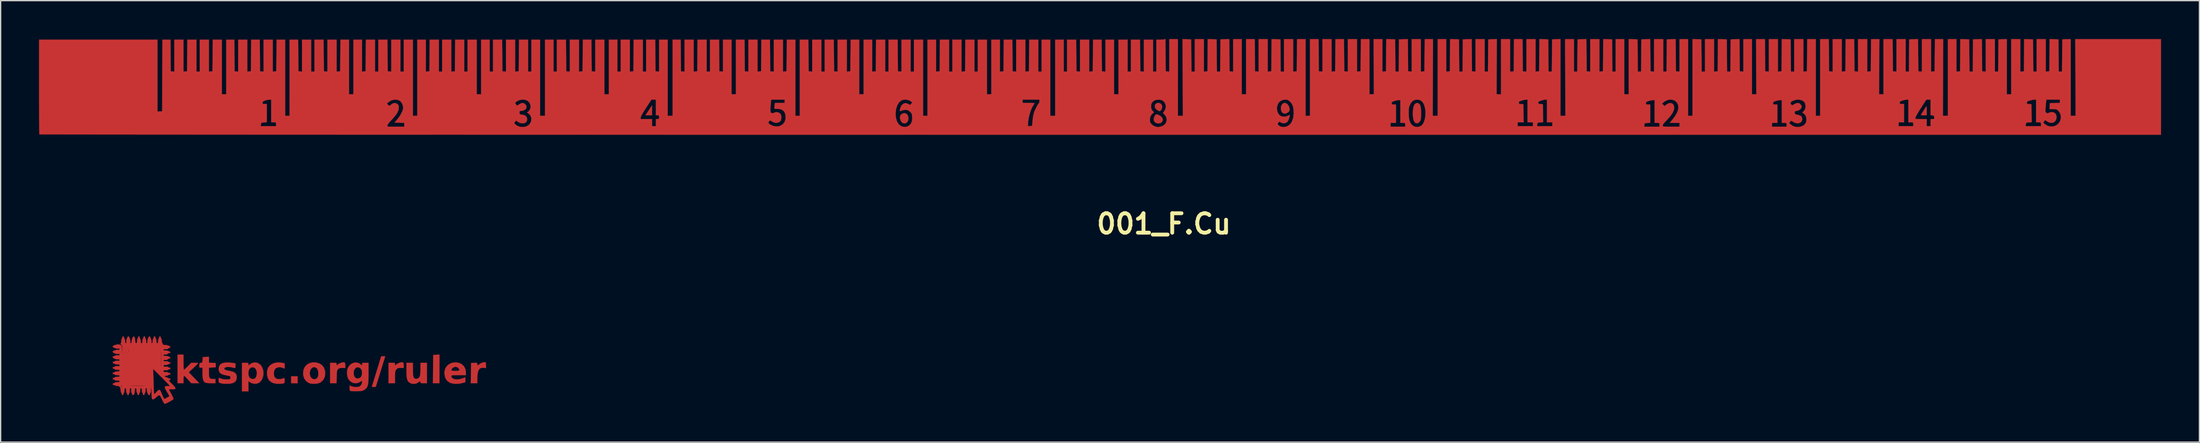
<source format=kicad_pcb>
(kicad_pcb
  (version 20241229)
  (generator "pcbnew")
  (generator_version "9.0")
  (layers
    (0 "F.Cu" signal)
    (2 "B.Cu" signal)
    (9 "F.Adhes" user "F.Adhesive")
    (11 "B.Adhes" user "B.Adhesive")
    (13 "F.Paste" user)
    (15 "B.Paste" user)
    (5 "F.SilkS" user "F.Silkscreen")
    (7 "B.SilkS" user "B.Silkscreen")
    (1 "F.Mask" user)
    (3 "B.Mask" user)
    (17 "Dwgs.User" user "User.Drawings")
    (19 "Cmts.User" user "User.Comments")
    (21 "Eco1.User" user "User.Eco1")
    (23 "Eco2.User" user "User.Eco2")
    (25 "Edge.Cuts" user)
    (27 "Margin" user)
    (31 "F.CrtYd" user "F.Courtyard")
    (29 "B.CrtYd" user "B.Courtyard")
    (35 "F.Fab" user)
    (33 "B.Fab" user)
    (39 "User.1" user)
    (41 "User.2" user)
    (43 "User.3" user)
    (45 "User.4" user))
  (footprint "001_F.Cu"
    (layer "F.Cu")
    (at 88.016 14.493)
    (property "Reference" "001_F.Cu" (at 0 0 0) (layer "F.SilkS") (effects (font (size 1.524 1.524) (thickness 0.3))))
    (attr through_hole)
    (fp_poly (pts (xy -67.776 12.488) (xy -68.284 12.488) (xy -68.284 11.938) (xy -67.776 11.938) (xy -67.776 12.488)) (stroke (width 0.01) (type solid)) (fill yes) (layer "F.Cu"))
    (fp_poly (pts (xy -56.684 12.488) (xy -57.194 12.488) (xy -57.171 10.266) (xy -56.684 10.24) (xy -56.684 12.488)) (stroke (width 0.01) (type solid)) (fill yes) (layer "F.Cu"))
    (fp_poly (pts (xy -40.047 -8.509) (xy -40.565 -8.509) (xy -40.49 -8.625) (xy -40.429 -8.718) (xy -40.339 -8.853) (xy -40.24 -9.003) (xy -40.231 -9.017) (xy -40.047 -9.291) (xy -40.047 -8.509)) (stroke (width 0.01) (type solid)) (fill yes) (layer "F.Cu"))
    (fp_poly (pts (xy -0.505 -8.573) (xy -0.405 -8.534) (xy -0.234 -8.434) (xy -0.125 -8.308) (xy -0.082 -8.171) (xy -0.112 -8.036) (xy -0.169 -7.959) (xy -0.292 -7.889) (xy -0.447 -7.87) (xy -0.601 -7.901) (xy -0.712 -7.972) (xy -0.79 -8.112) (xy -0.792 -8.278) (xy -0.72 -8.456) (xy -0.655 -8.55) (xy -0.593 -8.586) (xy -0.505 -8.573)) (stroke (width 0.01) (type solid)) (fill yes) (layer "F.Cu"))
    (fp_poly (pts (xy -0.289 -9.451) (xy -0.212 -9.398) (xy -0.141 -9.273) (xy -0.131 -9.12) (xy -0.182 -8.97) (xy -0.222 -8.913) (xy -0.292 -8.842) (xy -0.351 -8.829) (xy -0.439 -8.867) (xy -0.445 -8.87) (xy -0.61 -8.985) (xy -0.7 -9.118) (xy -0.711 -9.262) (xy -0.654 -9.389) (xy -0.556 -9.463) (xy -0.423 -9.484) (xy -0.289 -9.451)) (stroke (width 0.01) (type solid)) (fill yes) (layer "F.Cu"))
    (fp_poly (pts (xy -20.116 -8.61) (xy -20.024 -8.486) (xy -19.982 -8.311) (xy -19.981 -8.276) (xy -20.011 -8.091) (xy -20.093 -7.956) (xy -20.219 -7.884) (xy -20.295 -7.874) (xy -20.417 -7.897) (xy -20.501 -7.948) (xy -20.603 -8.105) (xy -20.651 -8.274) (xy -20.643 -8.434) (xy -20.578 -8.562) (xy -20.547 -8.591) (xy -20.392 -8.671) (xy -20.243 -8.675) (xy -20.116 -8.61)) (stroke (width 0.01) (type solid)) (fill yes) (layer "F.Cu"))
    (fp_poly (pts (xy 59.68 -9.194) (xy 59.686 -9.097) (xy 59.69 -8.951) (xy 59.69 -8.876) (xy 59.69 -8.509) (xy 59.457 -8.509) (xy 59.33 -8.512) (xy 59.245 -8.521) (xy 59.224 -8.529) (xy 59.246 -8.569) (xy 59.302 -8.661) (xy 59.379 -8.784) (xy 59.467 -8.921) (xy 59.553 -9.052) (xy 59.623 -9.157) (xy 59.666 -9.218) (xy 59.672 -9.225) (xy 59.68 -9.194)) (stroke (width 0.01) (type solid)) (fill yes) (layer "F.Cu"))
    (fp_poly (pts (xy 9.549 -9.463) (xy 9.669 -9.382) (xy 9.769 -9.243) (xy 9.82 -9.107) (xy 9.842 -8.938) (xy 9.8 -8.814) (xy 9.684 -8.717) (xy 9.653 -8.7) (xy 9.534 -8.651) (xy 9.429 -8.647) (xy 9.345 -8.665) (xy 9.25 -8.73) (xy 9.185 -8.852) (xy 9.153 -9.007) (xy 9.16 -9.171) (xy 9.206 -9.31) (xy 9.304 -9.432) (xy 9.423 -9.482) (xy 9.549 -9.463)) (stroke (width 0.01) (type solid)) (fill yes) (layer "F.Cu"))
    (fp_poly (pts (xy -61.032 10.721) (xy -61.078 10.872) (xy -61.143 11.084) (xy -61.222 11.339) (xy -61.307 11.617) (xy -61.394 11.899) (xy -61.4 11.917) (xy -61.66 12.764) (xy -61.824 12.777) (xy -61.931 12.778) (xy -61.969 12.756) (xy -61.966 12.735) (xy -61.949 12.681) (xy -61.91 12.557) (xy -61.853 12.374) (xy -61.781 12.143) (xy -61.698 11.873) (xy -61.608 11.577) (xy -61.592 11.525) (xy -61.239 10.372) (xy -60.925 10.372) (xy -61.032 10.721)) (stroke (width 0.01) (type solid)) (fill yes) (layer "F.Cu"))
    (fp_poly (pts (xy 19.897 -9.461) (xy 19.99 -9.407) (xy 20.057 -9.304) (xy 20.101 -9.144) (xy 20.124 -8.918) (xy 20.13 -8.678) (xy 20.127 -8.456) (xy 20.119 -8.299) (xy 20.102 -8.188) (xy 20.074 -8.103) (xy 20.043 -8.043) (xy 19.942 -7.93) (xy 19.823 -7.878) (xy 19.705 -7.893) (xy 19.636 -7.946) (xy 19.555 -8.079) (xy 19.503 -8.263) (xy 19.478 -8.511) (xy 19.474 -8.695) (xy 19.492 -8.992) (xy 19.541 -9.221) (xy 19.622 -9.379) (xy 19.731 -9.463) (xy 19.867 -9.469) (xy 19.897 -9.461)) (stroke (width 0.01) (type solid)) (fill yes) (layer "F.Cu"))
    (fp_poly (pts (xy -53.089 10.843) (xy -53.057 10.875) (xy -53.045 10.953) (xy -53.044 11.069) (xy -53.044 11.301) (xy -53.226 11.276) (xy -53.394 11.279) (xy -53.525 11.34) (xy -53.619 11.465) (xy -53.682 11.658) (xy -53.714 11.925) (xy -53.72 12.139) (xy -53.721 12.488) (xy -54.231 12.488) (xy -54.219 11.695) (xy -54.208 10.901) (xy -53.964 10.888) (xy -53.828 10.883) (xy -53.755 10.892) (xy -53.726 10.922) (xy -53.721 10.981) (xy -53.721 10.983) (xy -53.704 11.072) (xy -53.657 11.082) (xy -53.589 11.021) (xy -53.485 10.941) (xy -53.338 10.874) (xy -53.187 10.839) (xy -53.151 10.837) (xy -53.089 10.843)) (stroke (width 0.01) (type solid)) (fill yes) (layer "F.Cu"))
    (fp_poly (pts (xy -64.11 10.85) (xy -64.094 10.858) (xy -64.068 10.913) (xy -64.053 11.022) (xy -64.05 11.089) (xy -64.05 11.293) (xy -64.282 11.287) (xy -64.432 11.291) (xy -64.53 11.318) (xy -64.607 11.375) (xy -64.61 11.378) (xy -64.651 11.426) (xy -64.68 11.485) (xy -64.698 11.571) (xy -64.71 11.7) (xy -64.718 11.892) (xy -64.721 11.981) (xy -64.735 12.488) (xy -65.236 12.488) (xy -65.236 10.88) (xy -64.982 10.88) (xy -64.841 10.882) (xy -64.765 10.894) (xy -64.734 10.925) (xy -64.728 10.982) (xy -64.728 10.989) (xy -64.728 11.099) (xy -64.602 10.993) (xy -64.489 10.924) (xy -64.349 10.871) (xy -64.213 10.844) (xy -64.11 10.85)) (stroke (width 0.01) (type solid)) (fill yes) (layer "F.Cu"))
    (fp_poly (pts (xy -59.538 10.85) (xy -59.522 10.858) (xy -59.496 10.913) (xy -59.481 11.022) (xy -59.478 11.089) (xy -59.478 11.293) (xy -59.715 11.287) (xy -59.858 11.289) (xy -59.948 11.31) (xy -60.017 11.361) (xy -60.053 11.401) (xy -60.098 11.458) (xy -60.127 11.52) (xy -60.144 11.603) (xy -60.153 11.728) (xy -60.156 11.912) (xy -60.156 12.004) (xy -60.156 12.488) (xy -60.664 12.488) (xy -60.664 10.88) (xy -60.41 10.88) (xy -60.269 10.882) (xy -60.193 10.894) (xy -60.162 10.925) (xy -60.156 10.982) (xy -60.156 10.989) (xy -60.156 11.099) (xy -60.03 10.993) (xy -59.917 10.924) (xy -59.777 10.871) (xy -59.641 10.844) (xy -59.538 10.85)) (stroke (width 0.01) (type solid)) (fill yes) (layer "F.Cu"))
    (fp_poly (pts (xy -76.708 10.837) (xy -76.706 11.05) (xy -76.7 11.229) (xy -76.691 11.359) (xy -76.679 11.425) (xy -76.675 11.43) (xy -76.633 11.402) (xy -76.546 11.326) (xy -76.432 11.217) (xy -76.369 11.155) (xy -76.097 10.88) (xy -75.831 10.88) (xy -75.693 10.884) (xy -75.597 10.896) (xy -75.564 10.911) (xy -75.592 10.951) (xy -75.671 11.035) (xy -75.789 11.151) (xy -75.928 11.283) (xy -76.294 11.623) (xy -75.883 12.056) (xy -75.472 12.488) (xy -75.783 12.488) (xy -76.094 12.488) (xy -76.362 12.192) (xy -76.482 12.063) (xy -76.583 11.963) (xy -76.651 11.905) (xy -76.668 11.896) (xy -76.688 11.934) (xy -76.702 12.036) (xy -76.708 12.18) (xy -76.708 12.192) (xy -76.708 12.488) (xy -77.174 12.488) (xy -77.174 10.245) (xy -76.708 10.245) (xy -76.708 10.837)) (stroke (width 0.01) (type solid)) (fill yes) (layer "F.Cu"))
    (fp_poly (pts (xy -58.758 11.398) (xy -58.753 11.666) (xy -58.738 11.868) (xy -58.714 11.997) (xy -58.704 12.023) (xy -58.619 12.115) (xy -58.504 12.145) (xy -58.381 12.117) (xy -58.274 12.036) (xy -58.21 11.926) (xy -58.192 11.831) (xy -58.177 11.675) (xy -58.168 11.484) (xy -58.166 11.339) (xy -58.166 10.88) (xy -57.658 10.88) (xy -57.658 12.488) (xy -57.912 12.488) (xy -58.054 12.485) (xy -58.131 12.472) (xy -58.161 12.441) (xy -58.166 12.404) (xy -58.174 12.338) (xy -58.208 12.328) (xy -58.281 12.374) (xy -58.343 12.425) (xy -58.505 12.51) (xy -58.697 12.538) (xy -58.89 12.508) (xy -59.051 12.422) (xy -59.13 12.341) (xy -59.188 12.24) (xy -59.227 12.107) (xy -59.252 11.928) (xy -59.264 11.689) (xy -59.266 11.441) (xy -59.267 10.88) (xy -58.759 10.88) (xy -58.758 11.398)) (stroke (width 0.01) (type solid)) (fill yes) (layer "F.Cu"))
    (fp_poly (pts (xy -74.718 10.876) (xy -74.454 10.888) (xy -74.189 10.901) (xy -74.189 11.239) (xy -74.454 11.252) (xy -74.718 11.265) (xy -74.718 11.641) (xy -74.713 11.857) (xy -74.69 12.002) (xy -74.641 12.091) (xy -74.559 12.135) (xy -74.434 12.149) (xy -74.398 12.15) (xy -74.21 12.15) (xy -74.21 12.488) (xy -74.56 12.487) (xy -74.791 12.476) (xy -74.959 12.447) (xy -75.023 12.423) (xy -75.108 12.351) (xy -75.168 12.236) (xy -75.205 12.066) (xy -75.223 11.831) (xy -75.226 11.652) (xy -75.226 11.261) (xy -75.356 11.261) (xy -75.436 11.256) (xy -75.472 11.225) (xy -75.476 11.144) (xy -75.472 11.081) (xy -75.458 10.966) (xy -75.425 10.91) (xy -75.358 10.889) (xy -75.345 10.888) (xy -75.277 10.873) (xy -75.241 10.833) (xy -75.224 10.745) (xy -75.218 10.655) (xy -75.205 10.435) (xy -74.718 10.41) (xy -74.718 10.876)) (stroke (width 0.01) (type solid)) (fill yes) (layer "F.Cu"))
    (fp_poly (pts (xy -69.031 10.878) (xy -68.792 10.928) (xy -68.792 11.341) (xy -68.949 11.275) (xy -69.143 11.228) (xy -69.332 11.243) (xy -69.489 11.316) (xy -69.543 11.366) (xy -69.608 11.495) (xy -69.639 11.665) (xy -69.633 11.841) (xy -69.589 11.986) (xy -69.575 12.01) (xy -69.448 12.121) (xy -69.273 12.167) (xy -69.058 12.148) (xy -68.866 12.086) (xy -68.822 12.079) (xy -68.8 12.114) (xy -68.792 12.21) (xy -68.792 12.267) (xy -68.795 12.393) (xy -68.815 12.459) (xy -68.864 12.49) (xy -68.924 12.504) (xy -69.165 12.532) (xy -69.413 12.525) (xy -69.634 12.486) (xy -69.755 12.441) (xy -69.885 12.363) (xy -69.994 12.274) (xy -70.02 12.245) (xy -70.119 12.058) (xy -70.171 11.829) (xy -70.173 11.585) (xy -70.124 11.354) (xy -70.085 11.265) (xy -69.949 11.089) (xy -69.753 10.958) (xy -69.515 10.877) (xy -69.249 10.853) (xy -69.031 10.878)) (stroke (width 0.01) (type solid)) (fill yes) (layer "F.Cu"))
    (fp_poly (pts (xy -66.337 10.86) (xy -66.073 10.935) (xy -65.865 11.073) (xy -65.717 11.267) (xy -65.634 11.513) (xy -65.617 11.713) (xy -65.653 11.981) (xy -65.761 12.205) (xy -65.936 12.382) (xy -66.049 12.451) (xy -66.209 12.503) (xy -66.411 12.529) (xy -66.623 12.528) (xy -66.811 12.499) (xy -66.908 12.464) (xy -67.12 12.311) (xy -67.264 12.11) (xy -67.339 11.859) (xy -67.347 11.744) (xy -66.827 11.744) (xy -66.793 11.917) (xy -66.711 12.063) (xy -66.59 12.152) (xy -66.451 12.177) (xy -66.313 12.132) (xy -66.257 12.088) (xy -66.189 11.97) (xy -66.158 11.805) (xy -66.161 11.623) (xy -66.198 11.452) (xy -66.267 11.322) (xy -66.297 11.292) (xy -66.429 11.226) (xy -66.557 11.231) (xy -66.67 11.298) (xy -66.759 11.413) (xy -66.815 11.566) (xy -66.827 11.744) (xy -67.347 11.744) (xy -67.351 11.687) (xy -67.315 11.422) (xy -67.21 11.199) (xy -67.047 11.024) (xy -66.833 10.905) (xy -66.579 10.85) (xy -66.337 10.86)) (stroke (width 0.01) (type solid)) (fill yes) (layer "F.Cu"))
    (fp_poly (pts (xy -70.905 10.895) (xy -70.719 11.011) (xy -70.658 11.072) (xy -70.532 11.273) (xy -70.463 11.507) (xy -70.449 11.755) (xy -70.489 11.998) (xy -70.581 12.217) (xy -70.723 12.391) (xy -70.781 12.435) (xy -70.971 12.517) (xy -71.184 12.529) (xy -71.391 12.473) (xy -71.474 12.426) (xy -71.628 12.322) (xy -71.628 13.123) (xy -72.136 13.123) (xy -72.136 11.738) (xy -71.628 11.738) (xy -71.6 11.914) (xy -71.54 12.038) (xy -71.431 12.123) (xy -71.296 12.156) (xy -71.165 12.136) (xy -71.067 12.063) (xy -71.062 12.054) (xy -70.991 11.885) (xy -70.969 11.695) (xy -70.993 11.512) (xy -71.06 11.359) (xy -71.141 11.278) (xy -71.282 11.231) (xy -71.423 11.256) (xy -71.538 11.346) (xy -71.565 11.389) (xy -71.616 11.551) (xy -71.628 11.738) (xy -72.136 11.738) (xy -72.136 10.88) (xy -71.882 10.88) (xy -71.741 10.882) (xy -71.665 10.894) (xy -71.634 10.925) (xy -71.628 10.982) (xy -71.628 10.989) (xy -71.628 11.099) (xy -71.504 10.995) (xy -71.314 10.885) (xy -71.109 10.852) (xy -70.905 10.895)) (stroke (width 0.01) (type solid)) (fill yes) (layer "F.Cu"))
    (fp_poly (pts (xy -55.129 10.896) (xy -54.918 11.003) (xy -54.755 11.167) (xy -54.649 11.38) (xy -54.61 11.634) (xy -54.61 11.64) (xy -54.61 11.853) (xy -55.181 11.853) (xy -55.411 11.854) (xy -55.57 11.858) (xy -55.67 11.866) (xy -55.725 11.88) (xy -55.748 11.903) (xy -55.753 11.935) (xy -55.715 12.046) (xy -55.613 12.127) (xy -55.459 12.175) (xy -55.27 12.185) (xy -55.06 12.157) (xy -54.896 12.107) (xy -54.773 12.061) (xy -54.688 12.031) (xy -54.663 12.023) (xy -54.657 12.061) (xy -54.653 12.156) (xy -54.652 12.212) (xy -54.652 12.4) (xy -54.872 12.466) (xy -55.119 12.516) (xy -55.381 12.531) (xy -55.629 12.511) (xy -55.834 12.457) (xy -55.87 12.441) (xy -56.059 12.314) (xy -56.187 12.14) (xy -56.256 11.959) (xy -56.296 11.682) (xy -56.267 11.47) (xy -55.753 11.47) (xy -55.713 11.494) (xy -55.599 11.51) (xy -55.435 11.515) (xy -55.263 11.509) (xy -55.153 11.493) (xy -55.118 11.47) (xy -55.153 11.358) (xy -55.241 11.258) (xy -55.309 11.218) (xy -55.446 11.202) (xy -55.581 11.242) (xy -55.691 11.324) (xy -55.749 11.433) (xy -55.753 11.47) (xy -56.267 11.47) (xy -56.261 11.429) (xy -56.158 11.209) (xy -55.993 11.033) (xy -55.77 10.911) (xy -55.653 10.877) (xy -55.377 10.851) (xy -55.129 10.896)) (stroke (width 0.01) (type solid)) (fill yes) (layer "F.Cu"))
    (fp_poly (pts (xy -73.138 10.866) (xy -72.952 10.879) (xy -72.845 10.893) (xy -72.644 10.927) (xy -72.644 11.12) (xy -72.647 11.237) (xy -72.665 11.288) (xy -72.708 11.293) (xy -72.739 11.285) (xy -72.997 11.226) (xy -73.216 11.205) (xy -73.385 11.223) (xy -73.494 11.28) (xy -73.511 11.302) (xy -73.517 11.371) (xy -73.442 11.431) (xy -73.286 11.482) (xy -73.127 11.513) (xy -72.878 11.569) (xy -72.704 11.65) (xy -72.596 11.762) (xy -72.545 11.914) (xy -72.538 12.015) (xy -72.566 12.209) (xy -72.652 12.355) (xy -72.801 12.455) (xy -73.018 12.511) (xy -73.305 12.527) (xy -73.309 12.527) (xy -73.471 12.524) (xy -73.601 12.518) (xy -73.675 12.511) (xy -73.681 12.51) (xy -73.751 12.491) (xy -73.84 12.47) (xy -73.912 12.445) (xy -73.946 12.397) (xy -73.956 12.298) (xy -73.956 12.255) (xy -73.953 12.141) (xy -73.945 12.074) (xy -73.94 12.065) (xy -73.895 12.078) (xy -73.797 12.11) (xy -73.745 12.129) (xy -73.587 12.168) (xy -73.404 12.189) (xy -73.23 12.19) (xy -73.1 12.169) (xy -73.092 12.166) (xy -73.038 12.108) (xy -73.028 12.021) (xy -73.062 11.945) (xy -73.099 11.922) (xy -73.188 11.901) (xy -73.314 11.878) (xy -73.343 11.873) (xy -73.6 11.816) (xy -73.782 11.734) (xy -73.896 11.622) (xy -73.95 11.474) (xy -73.956 11.384) (xy -73.928 11.176) (xy -73.84 11.023) (xy -73.689 10.922) (xy -73.472 10.87) (xy -73.323 10.862) (xy -73.138 10.866)) (stroke (width 0.01) (type solid)) (fill yes) (layer "F.Cu"))
    (fp_poly (pts (xy -63.055 10.883) (xy -62.874 10.981) (xy -62.838 11.012) (xy -62.738 11.106) (xy -62.738 10.993) (xy -62.733 10.93) (xy -62.707 10.896) (xy -62.637 10.882) (xy -62.506 10.88) (xy -62.484 10.88) (xy -62.23 10.88) (xy -62.23 11.713) (xy -62.232 12.048) (xy -62.241 12.311) (xy -62.26 12.513) (xy -62.292 12.666) (xy -62.339 12.782) (xy -62.405 12.874) (xy -62.492 12.952) (xy -62.553 12.995) (xy -62.637 13.045) (xy -62.726 13.077) (xy -62.842 13.096) (xy -63.009 13.105) (xy -63.114 13.108) (xy -63.302 13.11) (xy -63.466 13.107) (xy -63.583 13.1) (xy -63.616 13.096) (xy -63.674 13.072) (xy -63.703 13.018) (xy -63.711 12.91) (xy -63.712 12.869) (xy -63.712 12.662) (xy -63.565 12.723) (xy -63.394 12.769) (xy -63.199 12.783) (xy -63.019 12.764) (xy -62.935 12.738) (xy -62.823 12.644) (xy -62.753 12.497) (xy -62.738 12.382) (xy -62.738 12.279) (xy -62.892 12.384) (xy -63.093 12.473) (xy -63.305 12.488) (xy -63.51 12.432) (xy -63.69 12.31) (xy -63.809 12.16) (xy -63.872 11.996) (xy -63.908 11.789) (xy -63.912 11.673) (xy -63.397 11.673) (xy -63.374 11.856) (xy -63.305 12.012) (xy -63.21 12.09) (xy -63.08 12.114) (xy -62.944 12.085) (xy -62.832 12.004) (xy -62.826 11.996) (xy -62.762 11.858) (xy -62.738 11.681) (xy -62.756 11.501) (xy -62.786 11.414) (xy -62.877 11.302) (xy -63.009 11.241) (xy -63.15 11.242) (xy -63.187 11.255) (xy -63.299 11.349) (xy -63.371 11.496) (xy -63.397 11.673) (xy -63.912 11.673) (xy -63.915 11.573) (xy -63.888 11.388) (xy -63.882 11.369) (xy -63.777 11.158) (xy -63.627 10.999) (xy -63.447 10.897) (xy -63.251 10.857) (xy -63.055 10.883)) (stroke (width 0.01) (type solid)) (fill yes) (layer "F.Cu"))
    (fp_poly (pts (xy -78.498 8.84) (xy -78.486 8.888) (xy -78.467 8.969) (xy -78.444 8.996) (xy -78.417 9.051) (xy -78.402 9.157) (xy -78.401 9.189) (xy -78.39 9.301) (xy -78.36 9.354) (xy -78.352 9.356) (xy -78.322 9.371) (xy -78.328 9.381) (xy -78.335 9.428) (xy -78.282 9.47) (xy -78.195 9.492) (xy -78.14 9.491) (xy -78.035 9.495) (xy -77.917 9.527) (xy -77.811 9.576) (xy -77.745 9.63) (xy -77.735 9.666) (xy -77.786 9.711) (xy -77.844 9.729) (xy -77.916 9.757) (xy -77.936 9.786) (xy -77.974 9.812) (xy -78.073 9.816) (xy -78.105 9.814) (xy -78.217 9.811) (xy -78.266 9.833) (xy -78.274 9.866) (xy -78.253 9.912) (xy -78.175 9.919) (xy -78.147 9.915) (xy -78.042 9.919) (xy -77.92 9.95) (xy -77.808 9.998) (xy -77.736 10.05) (xy -77.724 10.077) (xy -77.756 10.114) (xy -77.818 10.111) (xy -77.825 10.107) (xy -77.865 10.124) (xy -77.93 10.176) (xy -78.054 10.236) (xy -78.146 10.236) (xy -78.239 10.233) (xy -78.273 10.268) (xy -78.274 10.287) (xy -78.254 10.335) (xy -78.179 10.342) (xy -78.147 10.338) (xy -78.042 10.343) (xy -77.92 10.374) (xy -77.808 10.421) (xy -77.736 10.473) (xy -77.724 10.501) (xy -77.759 10.534) (xy -77.803 10.541) (xy -77.896 10.572) (xy -77.939 10.608) (xy -78.034 10.658) (xy -78.134 10.659) (xy -78.234 10.658) (xy -78.272 10.69) (xy -78.274 10.709) (xy -78.255 10.752) (xy -78.184 10.765) (xy -78.11 10.76) (xy -77.998 10.761) (xy -77.925 10.783) (xy -77.917 10.791) (xy -77.855 10.83) (xy -77.806 10.837) (xy -77.739 10.864) (xy -77.724 10.901) (xy -77.759 10.953) (xy -77.806 10.964) (xy -77.887 10.984) (xy -77.915 11.007) (xy -77.97 11.034) (xy -78.075 11.048) (xy -78.107 11.049) (xy -78.219 11.057) (xy -78.267 11.089) (xy -78.274 11.124) (xy -78.259 11.172) (xy -78.2 11.188) (xy -78.11 11.184) (xy -77.998 11.185) (xy -77.925 11.206) (xy -77.917 11.214) (xy -77.855 11.253) (xy -77.806 11.261) (xy -77.739 11.288) (xy -77.724 11.324) (xy -77.759 11.376) (xy -77.806 11.388) (xy -77.889 11.409) (xy -77.917 11.434) (xy -77.974 11.46) (xy -78.079 11.467) (xy -78.11 11.465) (xy -78.217 11.46) (xy -78.264 11.482) (xy -78.274 11.536) (xy -78.263 11.591) (xy -78.214 11.612) (xy -78.11 11.607) (xy -77.998 11.608) (xy -77.925 11.629) (xy -77.917 11.638) (xy -77.855 11.677) (xy -77.806 11.684) (xy -77.739 11.711) (xy -77.724 11.748) (xy -77.759 11.799) (xy -77.806 11.811) (xy -77.887 11.83) (xy -77.915 11.853) (xy -77.972 11.884) (xy -78.065 11.896) (xy -78.163 11.912) (xy -78.184 11.948) (xy -78.126 11.99) (xy -78.073 12.007) (xy -77.965 12.044) (xy -77.897 12.081) (xy -77.84 12.116) (xy -77.823 12.118) (xy -77.76 12.11) (xy -77.724 12.163) (xy -77.724 12.171) (xy -77.758 12.227) (xy -77.787 12.234) (xy -77.835 12.243) (xy -77.841 12.275) (xy -77.799 12.338) (xy -77.705 12.442) (xy -77.578 12.571) (xy -77.43 12.727) (xy -77.35 12.838) (xy -77.339 12.91) (xy -77.397 12.949) (xy -77.525 12.961) (xy -77.614 12.959) (xy -77.743 12.956) (xy -77.829 12.96) (xy -77.851 12.968) (xy -77.832 13.011) (xy -77.78 13.11) (xy -77.704 13.248) (xy -77.66 13.326) (xy -77.579 13.482) (xy -77.52 13.613) (xy -77.492 13.701) (xy -77.492 13.723) (xy -77.538 13.767) (xy -77.639 13.834) (xy -77.772 13.912) (xy -77.917 13.989) (xy -78.049 14.053) (xy -78.148 14.092) (xy -78.181 14.098) (xy -78.221 14.061) (xy -78.284 13.964) (xy -78.357 13.825) (xy -78.388 13.758) (xy -78.484 13.564) (xy -78.56 13.451) (xy -78.61 13.42) (xy -78.677 13.448) (xy -78.775 13.522) (xy -78.846 13.589) (xy -78.983 13.709) (xy -79.089 13.755) (xy -79.161 13.726) (xy -79.18 13.691) (xy -79.192 13.621) (xy -79.2 13.489) (xy -79.205 13.32) (xy -79.206 13.247) (xy -79.209 13.08) (xy -79.218 12.951) (xy -79.231 12.878) (xy -79.239 12.869) (xy -79.256 12.907) (xy -79.258 12.999) (xy -79.256 13.034) (xy -79.257 13.146) (xy -79.278 13.219) (xy -79.286 13.227) (xy -79.325 13.289) (xy -79.333 13.337) (xy -79.36 13.405) (xy -79.396 13.42) (xy -79.454 13.382) (xy -79.511 13.288) (xy -79.556 13.166) (xy -79.578 13.041) (xy -79.576 12.986) (xy -79.577 12.897) (xy -79.622 12.869) (xy -79.627 12.869) (xy -79.671 12.888) (xy -79.684 12.957) (xy -79.679 13.034) (xy -79.68 13.146) (xy -79.701 13.219) (xy -79.71 13.227) (xy -79.749 13.289) (xy -79.756 13.337) (xy -79.783 13.405) (xy -79.82 13.42) (xy -79.871 13.385) (xy -79.883 13.337) (xy -79.902 13.256) (xy -79.925 13.229) (xy -79.952 13.174) (xy -79.967 13.068) (xy -79.968 13.036) (xy -79.978 12.919) (xy -80.014 12.872) (xy -80.031 12.869) (xy -80.076 12.898) (xy -80.094 12.991) (xy -80.095 13.036) (xy -80.105 13.149) (xy -80.129 13.221) (xy -80.137 13.229) (xy -80.173 13.289) (xy -80.179 13.337) (xy -80.206 13.405) (xy -80.243 13.42) (xy -80.295 13.385) (xy -80.306 13.337) (xy -80.326 13.256) (xy -80.349 13.229) (xy -80.376 13.174) (xy -80.39 13.068) (xy -80.391 13.036) (xy -80.402 12.919) (xy -80.437 12.872) (xy -80.454 12.869) (xy -80.499 12.898) (xy -80.517 12.992) (xy -80.518 13.036) (xy -80.529 13.176) (xy -80.555 13.299) (xy -80.559 13.311) (xy -80.612 13.391) (xy -80.674 13.418) (xy -80.72 13.387) (xy -80.73 13.337) (xy -80.751 13.255) (xy -80.776 13.227) (xy -80.802 13.17) (xy -80.809 13.065) (xy -80.807 13.034) (xy -80.804 12.923) (xy -80.829 12.875) (xy -80.857 12.869) (xy -80.899 12.889) (xy -80.911 12.962) (xy -80.907 13.034) (xy -80.908 13.146) (xy -80.929 13.219) (xy -80.937 13.227) (xy -80.976 13.289) (xy -80.984 13.337) (xy -81.011 13.405) (xy -81.047 13.42) (xy -81.099 13.384) (xy -81.111 13.335) (xy -81.128 13.266) (xy -81.153 13.25) (xy -81.178 13.212) (xy -81.193 13.117) (xy -81.195 13.06) (xy -81.204 12.934) (xy -81.232 12.877) (xy -81.259 12.869) (xy -81.303 12.898) (xy -81.321 12.991) (xy -81.322 13.036) (xy -81.332 13.149) (xy -81.357 13.221) (xy -81.365 13.229) (xy -81.4 13.289) (xy -81.407 13.337) (xy -81.434 13.405) (xy -81.471 13.42) (xy -81.522 13.385) (xy -81.534 13.337) (xy -81.553 13.256) (xy -81.576 13.229) (xy -81.606 13.173) (xy -81.619 13.071) (xy -81.619 13.066) (xy -81.636 12.928) (xy -81.664 12.839) (xy -81.574 12.754) (xy -81.512 12.685) (xy -81.507 12.675) (xy -80.93 12.675) (xy -80.879 12.678) (xy -80.758 12.68) (xy -80.571 12.681) (xy -80.322 12.682) (xy -80.285 12.682) (xy -80.028 12.681) (xy -79.829 12.68) (xy -79.695 12.678) (xy -79.63 12.675) (xy -79.639 12.672) (xy -79.727 12.669) (xy -79.743 12.668) (xy -80.008 12.664) (xy -80.314 12.663) (xy -80.617 12.665) (xy -80.801 12.668) (xy -80.906 12.672) (xy -80.93 12.675) (xy -81.507 12.675) (xy -81.493 12.643) (xy -81.494 12.642) (xy -81.528 12.659) (xy -81.586 12.727) (xy -81.593 12.736) (xy -81.665 12.836) (xy -81.672 12.815) (xy -81.725 12.735) (xy -81.808 12.704) (xy -81.881 12.7) (xy -81.99 12.69) (xy -82.058 12.664) (xy -82.063 12.658) (xy -82.123 12.622) (xy -82.171 12.615) (xy -82.239 12.588) (xy -82.254 12.552) (xy -82.218 12.5) (xy -82.169 12.488) (xy -82.1 12.471) (xy -82.084 12.446) (xy -82.046 12.421) (xy -81.951 12.406) (xy -81.894 12.404) (xy -81.768 12.395) (xy -81.711 12.367) (xy -81.703 12.34) (xy -81.728 12.298) (xy -81.813 12.279) (xy -81.894 12.277) (xy -82.007 12.268) (xy -82.076 12.247) (xy -82.084 12.234) (xy -82.12 12.2) (xy -82.169 12.192) (xy -82.238 12.166) (xy -82.254 12.129) (xy -82.218 12.077) (xy -82.169 12.065) (xy -82.1 12.047) (xy -82.084 12.023) (xy -82.046 11.997) (xy -81.951 11.982) (xy -81.894 11.98) (xy -81.768 11.972) (xy -81.711 11.944) (xy -81.703 11.917) (xy -81.728 11.875) (xy -81.813 11.856) (xy -81.894 11.853) (xy -82.007 11.845) (xy -82.076 11.824) (xy -82.084 11.811) (xy -82.12 11.777) (xy -82.169 11.769) (xy -82.238 11.742) (xy -82.254 11.705) (xy -82.219 11.653) (xy -82.171 11.642) (xy -82.09 11.622) (xy -82.063 11.599) (xy -82.008 11.572) (xy -81.902 11.558) (xy -81.87 11.557) (xy -81.753 11.546) (xy -81.706 11.511) (xy -81.703 11.493) (xy -81.728 11.452) (xy -81.813 11.433) (xy -81.894 11.43) (xy -82.007 11.422) (xy -82.076 11.4) (xy -82.084 11.388) (xy -82.106 11.367) (xy -79.08 11.367) (xy -79.052 12.34) (xy -79.044 12.619) (xy -79.035 12.868) (xy -79.025 13.076) (xy -79.017 13.23) (xy -79.009 13.319) (xy -79.006 13.335) (xy -78.971 13.317) (xy -78.899 13.25) (xy -78.832 13.176) (xy -78.711 13.052) (xy -78.618 13.005) (xy -78.545 13.032) (xy -78.483 13.133) (xy -78.473 13.155) (xy -78.367 13.411) (xy -78.287 13.588) (xy -78.233 13.689) (xy -78.205 13.716) (xy -78.155 13.696) (xy -78.058 13.646) (xy -77.992 13.608) (xy -77.808 13.5) (xy -77.921 13.301) (xy -78.003 13.158) (xy -78.082 13.021) (xy -78.112 12.969) (xy -78.169 12.837) (xy -78.155 12.75) (xy -78.069 12.709) (xy -77.955 12.707) (xy -77.844 12.711) (xy -77.801 12.697) (xy -77.81 12.658) (xy -77.81 12.658) (xy -77.85 12.61) (xy -77.94 12.512) (xy -78.072 12.375) (xy -78.235 12.209) (xy -78.42 12.023) (xy -78.463 11.98) (xy -79.08 11.367) (xy -82.106 11.367) (xy -82.12 11.353) (xy -82.169 11.345) (xy -82.238 11.319) (xy -82.254 11.282) (xy -82.219 11.23) (xy -82.171 11.218) (xy -82.089 11.197) (xy -82.061 11.172) (xy -82.004 11.146) (xy -81.899 11.139) (xy -81.868 11.141) (xy -81.759 11.145) (xy -81.712 11.122) (xy -81.703 11.082) (xy -81.72 11.034) (xy -81.782 11.012) (xy -81.894 11.007) (xy -82.007 10.999) (xy -82.076 10.98) (xy -82.084 10.969) (xy -82.119 10.94) (xy -82.157 10.937) (xy -82.225 10.908) (xy -82.245 10.869) (xy -82.23 10.808) (xy -82.175 10.795) (xy -82.091 10.774) (xy -82.061 10.749) (xy -82.004 10.723) (xy -81.899 10.716) (xy -81.868 10.718) (xy -81.758 10.721) (xy -81.71 10.697) (xy -81.703 10.666) (xy -81.728 10.618) (xy -81.811 10.613) (xy -81.82 10.615) (xy -81.934 10.61) (xy -82.033 10.583) (xy -78.468 10.583) (xy -78.467 10.843) (xy -78.466 11.043) (xy -78.464 11.178) (xy -78.461 11.244) (xy -78.458 11.236) (xy -78.455 11.148) (xy -78.454 11.123) (xy -78.45 10.845) (xy -78.449 10.529) (xy -78.451 10.22) (xy -78.454 10.044) (xy -78.458 9.941) (xy -78.461 9.919) (xy -78.463 9.971) (xy -78.466 10.094) (xy -78.467 10.282) (xy -78.468 10.531) (xy -78.468 10.583) (xy -82.033 10.583) (xy -82.061 10.576) (xy -82.173 10.523) (xy -82.243 10.464) (xy -82.254 10.435) (xy -82.219 10.383) (xy -82.171 10.372) (xy -82.089 10.35) (xy -82.061 10.325) (xy -82.004 10.299) (xy -81.899 10.293) (xy -81.868 10.295) (xy -81.758 10.298) (xy -81.71 10.274) (xy -81.703 10.243) (xy -81.725 10.196) (xy -81.803 10.19) (xy -81.83 10.193) (xy -81.947 10.189) (xy -82.074 10.153) (xy -82.183 10.098) (xy -82.247 10.035) (xy -82.254 10.01) (xy -82.219 9.959) (xy -82.171 9.948) (xy -82.089 9.927) (xy -82.061 9.902) (xy -82.004 9.876) (xy -81.899 9.869) (xy -81.868 9.871) (xy -81.758 9.874) (xy -81.71 9.85) (xy -81.703 9.819) (xy -81.725 9.773) (xy -81.803 9.766) (xy -81.83 9.77) (xy -81.934 9.766) (xy -82.056 9.735) (xy -82.168 9.689) (xy -82.241 9.637) (xy -82.254 9.61) (xy -82.216 9.559) (xy -82.121 9.509) (xy -81.994 9.468) (xy -81.862 9.447) (xy -81.805 9.446) (xy -81.682 9.459) (xy -81.602 9.494) (xy -81.556 9.565) (xy -81.534 9.69) (xy -81.525 9.879) (xy -81.517 10.223) (xy -81.513 10.139) (xy -81.322 10.139) (xy -81.301 10.16) (xy -81.28 10.139) (xy -81.153 10.139) (xy -81.132 10.16) (xy -81.111 10.139) (xy -81.132 10.118) (xy -81.153 10.139) (xy -81.28 10.139) (xy -81.301 10.118) (xy -81.322 10.139) (xy -81.513 10.139) (xy -81.51 10.054) (xy -81.407 10.054) (xy -81.386 10.075) (xy -81.365 10.054) (xy -81.386 10.033) (xy -81.407 10.054) (xy -81.51 10.054) (xy -81.505 9.948) (xy -81.019 9.948) (xy -81.013 10.008) (xy -80.998 10.001) (xy -80.992 9.915) (xy -80.998 9.895) (xy -81.013 9.89) (xy -81.019 9.948) (xy -81.505 9.948) (xy -81.502 9.89) (xy -81.501 9.842) (xy -81.407 9.842) (xy -81.386 9.864) (xy -81.365 9.842) (xy -81.386 9.821) (xy -81.407 9.842) (xy -81.501 9.842) (xy -81.5 9.8) (xy -81.068 9.8) (xy -81.047 9.821) (xy -81.026 9.8) (xy -81.047 9.779) (xy -81.068 9.8) (xy -81.5 9.8) (xy -81.499 9.758) (xy -81.322 9.758) (xy -81.301 9.779) (xy -81.28 9.758) (xy -81.301 9.737) (xy -81.322 9.758) (xy -81.499 9.758) (xy -81.498 9.716) (xy -81.504 9.604) (xy -81.527 9.53) (xy -81.569 9.47) (xy -81.582 9.456) (xy -81.632 9.389) (xy -81.631 9.356) (xy -81.626 9.356) (xy -81.592 9.317) (xy -81.577 9.215) (xy -81.576 9.189) (xy -81.566 9.076) (xy -81.542 9.004) (xy -81.534 8.996) (xy -81.498 8.936) (xy -81.492 8.888) (xy -81.465 8.82) (xy -81.428 8.805) (xy -81.376 8.84) (xy -81.365 8.888) (xy -81.345 8.969) (xy -81.322 8.996) (xy -81.295 9.051) (xy -81.281 9.157) (xy -81.28 9.189) (xy -81.267 9.311) (xy -81.227 9.355) (xy -81.222 9.356) (xy -81.182 9.323) (xy -81.186 9.247) (xy -81.185 9.126) (xy -81.162 9.046) (xy -81.117 8.94) (xy -81.095 8.879) (xy -81.055 8.817) (xy -81.029 8.805) (xy -80.978 8.843) (xy -80.926 8.935) (xy -80.885 9.055) (xy -80.864 9.174) (xy -80.866 9.229) (xy -80.865 9.327) (xy -80.828 9.356) (xy -80.786 9.317) (xy -80.772 9.214) (xy -80.756 9.092) (xy -80.717 8.968) (xy -80.664 8.869) (xy -80.61 8.818) (xy -80.589 8.817) (xy -80.537 8.876) (xy -80.499 9.002) (xy -80.48 9.179) (xy -80.48 9.197) (xy -80.464 9.312) (xy -80.421 9.355) (xy -80.412 9.356) (xy -80.368 9.327) (xy -80.35 9.234) (xy -80.349 9.189) (xy -80.339 9.076) (xy -80.314 9.004) (xy -80.306 8.996) (xy -80.271 8.936) (xy -80.264 8.888) (xy -80.237 8.82) (xy -80.201 8.805) (xy -80.149 8.84) (xy -80.137 8.888) (xy -80.118 8.969) (xy -80.095 8.996) (xy -80.068 9.051) (xy -80.053 9.157) (xy -80.052 9.189) (xy -80.042 9.306) (xy -80.006 9.353) (xy -79.989 9.356) (xy -79.944 9.327) (xy -79.926 9.234) (xy -79.925 9.189) (xy -79.915 9.076) (xy -79.891 9.004) (xy -79.883 8.996) (xy -79.847 8.936) (xy -79.841 8.888) (xy -79.814 8.82) (xy -79.777 8.805) (xy -79.725 8.84) (xy -79.714 8.888) (xy -79.694 8.969) (xy -79.671 8.996) (xy -79.644 9.051) (xy -79.63 9.157) (xy -79.629 9.189) (xy -79.616 9.312) (xy -79.576 9.356) (xy -79.573 9.356) (xy -79.533 9.32) (xy -79.533 9.239) (xy -79.529 9.136) (xy -79.499 9.014) (xy -79.454 8.9) (xy -79.404 8.822) (xy -79.373 8.805) (xy -79.326 8.84) (xy -79.306 8.879) (xy -79.269 8.978) (xy -79.239 9.046) (xy -79.212 9.16) (xy -79.215 9.247) (xy -79.215 9.334) (xy -79.179 9.356) (xy -79.136 9.318) (xy -79.121 9.202) (xy -79.121 9.189) (xy -79.111 9.076) (xy -79.087 9.004) (xy -79.079 8.996) (xy -79.043 8.936) (xy -79.036 8.888) (xy -79.009 8.82) (xy -78.973 8.805) (xy -78.921 8.84) (xy -78.909 8.888) (xy -78.89 8.969) (xy -78.867 8.996) (xy -78.84 9.051) (xy -78.825 9.157) (xy -78.825 9.189) (xy -78.814 9.306) (xy -78.778 9.353) (xy -78.761 9.356) (xy -78.717 9.327) (xy -78.699 9.234) (xy -78.698 9.189) (xy -78.688 9.076) (xy -78.663 9.004) (xy -78.655 8.996) (xy -78.62 8.936) (xy -78.613 8.888) (xy -78.586 8.82) (xy -78.549 8.805) (xy -78.498 8.84)) (stroke (width 0.01) (type solid)) (fill yes) (layer "F.Cu"))
    (fp_poly (pts (xy 0.137 -13.223) (xy 0.148 -11.959) (xy 0.286 -11.946) (xy 0.423 -11.933) (xy 0.423 -14.478) (xy 1.101 -14.478) (xy 1.101 -8.467) (xy 1.483 -8.467) (xy 1.481 -9.047) (xy 8.848 -9.047) (xy 8.88 -8.805) (xy 8.971 -8.613) (xy 9.111 -8.477) (xy 9.289 -8.406) (xy 9.495 -8.407) (xy 9.669 -8.46) (xy 9.864 -8.547) (xy 9.839 -8.433) (xy 9.784 -8.223) (xy 9.724 -8.079) (xy 9.649 -7.982) (xy 9.622 -7.959) (xy 9.473 -7.889) (xy 9.307 -7.882) (xy 9.158 -7.94) (xy 9.14 -7.953) (xy 9.068 -8.005) (xy 9.022 -7.999) (xy 8.962 -7.93) (xy 8.961 -7.93) (xy 8.909 -7.854) (xy 8.91 -7.803) (xy 8.956 -7.744) (xy 9.106 -7.638) (xy 9.298 -7.591) (xy 9.509 -7.606) (xy 9.696 -7.673) (xy 9.88 -7.813) (xy 9.949 -7.916) (xy 17.738 -7.916) (xy 17.738 -7.62) (xy 18.881 -7.62) (xy 18.881 -7.768) (xy 18.877 -7.859) (xy 18.849 -7.902) (xy 18.775 -7.915) (xy 18.69 -7.916) (xy 18.5 -7.916) (xy 18.5 -8.7) (xy 19.157 -8.7) (xy 19.168 -8.401) (xy 19.203 -8.165) (xy 19.268 -7.973) (xy 19.358 -7.816) (xy 19.502 -7.68) (xy 19.685 -7.605) (xy 19.885 -7.597) (xy 19.959 -7.62) (xy 37.587 -7.62) (xy 38.777 -7.62) (xy 38.777 -7.768) (xy 38.773 -7.859) (xy 38.746 -7.902) (xy 38.672 -7.915) (xy 38.587 -7.916) (xy 38.396 -7.916) (xy 38.396 -9.425) (xy 38.989 -9.425) (xy 39.171 -9.231) (xy 39.295 -9.336) (xy 39.469 -9.444) (xy 39.631 -9.475) (xy 39.769 -9.438) (xy 39.872 -9.341) (xy 39.927 -9.192) (xy 39.923 -9) (xy 39.901 -8.91) (xy 39.797 -8.681) (xy 39.614 -8.421) (xy 39.353 -8.13) (xy 39.288 -8.066) (xy 39.14 -7.907) (xy 39.053 -7.785) (xy 39.031 -7.717) (xy 39.033 -7.68) (xy 39.048 -7.654) (xy 39.088 -7.637) (xy 39.165 -7.627) (xy 39.292 -7.622) (xy 39.481 -7.62) (xy 39.688 -7.62) (xy 40.344 -7.62) (xy 40.344 -7.916) (xy 47.583 -7.916) (xy 47.583 -7.62) (xy 48.726 -7.62) (xy 48.726 -7.768) (xy 48.722 -7.859) (xy 48.694 -7.902) (xy 48.62 -7.915) (xy 48.555 -7.916) (xy 48.918 -7.916) (xy 49.027 -7.808) (xy 49.22 -7.671) (xy 49.452 -7.599) (xy 49.701 -7.596) (xy 49.882 -7.639) (xy 50.068 -7.729) (xy 50.188 -7.852) (xy 50.235 -7.959) (xy 57.489 -7.959) (xy 57.489 -7.662) (xy 58.632 -7.662) (xy 58.632 -7.811) (xy 58.628 -7.902) (xy 58.6 -7.945) (xy 58.526 -7.958) (xy 58.441 -7.959) (xy 58.251 -7.959) (xy 58.251 -8.308) (xy 58.801 -8.308) (xy 58.805 -8.266) (xy 58.826 -8.238) (xy 58.879 -8.222) (xy 58.98 -8.215) (xy 59.144 -8.213) (xy 59.245 -8.213) (xy 59.69 -8.213) (xy 59.69 -7.662) (xy 59.986 -7.662) (xy 67.432 -7.662) (xy 68.622 -7.662) (xy 68.622 -7.811) (xy 68.618 -7.902) (xy 68.604 -7.923) (xy 68.825 -7.923) (xy 68.878 -7.865) (xy 68.922 -7.826) (xy 69.138 -7.691) (xy 69.377 -7.631) (xy 69.622 -7.647) (xy 69.809 -7.717) (xy 69.992 -7.858) (xy 70.115 -8.043) (xy 70.178 -8.255) (xy 70.176 -8.476) (xy 70.109 -8.689) (xy 69.973 -8.875) (xy 69.958 -8.89) (xy 69.88 -8.95) (xy 69.792 -8.982) (xy 69.664 -8.995) (xy 69.57 -8.996) (xy 69.296 -8.996) (xy 69.309 -9.229) (xy 69.321 -9.461) (xy 69.712 -9.474) (xy 70.104 -9.486) (xy 70.104 -9.737) (xy 69.051 -9.737) (xy 69.029 -9.557) (xy 69.015 -9.42) (xy 68.999 -9.239) (xy 68.987 -9.071) (xy 68.978 -8.909) (xy 68.983 -8.809) (xy 69.005 -8.749) (xy 69.048 -8.707) (xy 69.055 -8.702) (xy 69.132 -8.662) (xy 69.2 -8.682) (xy 69.231 -8.702) (xy 69.332 -8.743) (xy 69.463 -8.763) (xy 69.48 -8.763) (xy 69.654 -8.729) (xy 69.776 -8.629) (xy 69.841 -8.471) (xy 69.85 -8.366) (xy 69.816 -8.17) (xy 69.724 -8.025) (xy 69.587 -7.937) (xy 69.418 -7.912) (xy 69.231 -7.957) (xy 69.112 -8.023) (xy 68.955 -8.13) (xy 68.874 -8.034) (xy 68.826 -7.969) (xy 68.825 -7.923) (xy 68.604 -7.923) (xy 68.591 -7.945) (xy 68.517 -7.958) (xy 68.432 -7.959) (xy 68.241 -7.959) (xy 68.241 -9.737) (xy 68.116 -9.737) (xy 68.005 -9.724) (xy 67.854 -9.692) (xy 67.756 -9.664) (xy 67.62 -9.617) (xy 67.548 -9.572) (xy 67.523 -9.518) (xy 67.522 -9.498) (xy 67.534 -9.436) (xy 67.586 -9.405) (xy 67.699 -9.39) (xy 67.702 -9.39) (xy 67.882 -9.377) (xy 67.893 -8.67) (xy 67.905 -7.963) (xy 67.681 -7.95) (xy 67.551 -7.94) (xy 67.484 -7.919) (xy 67.455 -7.873) (xy 67.445 -7.8) (xy 67.432 -7.662) (xy 59.986 -7.662) (xy 59.986 -8.213) (xy 60.137 -8.213) (xy 60.237 -8.218) (xy 60.276 -8.251) (xy 60.276 -8.333) (xy 60.275 -8.35) (xy 60.254 -8.447) (xy 60.199 -8.489) (xy 60.124 -8.501) (xy 59.986 -8.514) (xy 59.986 -9.737) (xy 59.658 -9.737) (xy 59.23 -9.07) (xy 59.094 -8.854) (xy 58.976 -8.656) (xy 58.883 -8.491) (xy 58.822 -8.37) (xy 58.801 -8.308) (xy 58.251 -8.308) (xy 58.251 -9.737) (xy 58.138 -9.737) (xy 58.033 -9.724) (xy 57.889 -9.691) (xy 57.799 -9.665) (xy 57.666 -9.618) (xy 57.598 -9.572) (xy 57.574 -9.516) (xy 57.573 -9.496) (xy 57.584 -9.433) (xy 57.632 -9.404) (xy 57.739 -9.398) (xy 57.743 -9.398) (xy 57.912 -9.398) (xy 57.912 -7.959) (xy 57.489 -7.959) (xy 50.235 -7.959) (xy 50.256 -8.004) (xy 50.28 -8.2) (xy 50.246 -8.391) (xy 50.161 -8.556) (xy 50.034 -8.67) (xy 49.993 -8.69) (xy 49.962 -8.719) (xy 49.996 -8.768) (xy 50.022 -8.792) (xy 50.144 -8.937) (xy 50.201 -9.117) (xy 50.207 -9.227) (xy 50.173 -9.432) (xy 50.071 -9.587) (xy 49.906 -9.689) (xy 49.683 -9.735) (xy 49.615 -9.737) (xy 49.448 -9.718) (xy 49.281 -9.67) (xy 49.14 -9.603) (xy 49.05 -9.526) (xy 49.036 -9.5) (xy 49.043 -9.424) (xy 49.086 -9.355) (xy 49.14 -9.303) (xy 49.186 -9.299) (xy 49.26 -9.344) (xy 49.281 -9.359) (xy 49.413 -9.428) (xy 49.548 -9.469) (xy 49.666 -9.472) (xy 49.758 -9.424) (xy 49.802 -9.384) (xy 49.875 -9.288) (xy 49.911 -9.199) (xy 49.911 -9.191) (xy 49.872 -9.065) (xy 49.77 -8.956) (xy 49.625 -8.88) (xy 49.541 -8.861) (xy 49.427 -8.84) (xy 49.375 -8.805) (xy 49.361 -8.739) (xy 49.361 -8.716) (xy 49.378 -8.621) (xy 49.446 -8.578) (xy 49.467 -8.573) (xy 49.594 -8.547) (xy 49.689 -8.527) (xy 49.843 -8.463) (xy 49.93 -8.35) (xy 49.953 -8.209) (xy 49.918 -8.055) (xy 49.824 -7.945) (xy 49.686 -7.885) (xy 49.521 -7.878) (xy 49.344 -7.932) (xy 49.254 -7.983) (xy 49.094 -8.092) (xy 48.918 -7.916) (xy 48.555 -7.916) (xy 48.535 -7.916) (xy 48.345 -7.916) (xy 48.345 -9.694) (xy 48.215 -9.694) (xy 48.097 -9.681) (xy 47.946 -9.647) (xy 47.876 -9.626) (xy 47.75 -9.578) (xy 47.687 -9.53) (xy 47.668 -9.468) (xy 47.667 -9.457) (xy 47.677 -9.391) (xy 47.723 -9.362) (xy 47.829 -9.356) (xy 47.837 -9.356) (xy 48.006 -9.356) (xy 48.006 -7.916) (xy 47.583 -7.916) (xy 40.344 -7.916) (xy 39.575 -7.916) (xy 39.813 -8.202) (xy 40.038 -8.509) (xy 40.185 -8.789) (xy 40.252 -9.046) (xy 40.241 -9.28) (xy 40.193 -9.418) (xy 40.072 -9.583) (xy 39.905 -9.691) (xy 39.706 -9.739) (xy 39.492 -9.727) (xy 39.279 -9.652) (xy 39.084 -9.515) (xy 39.084 -9.515) (xy 38.989 -9.425) (xy 38.396 -9.425) (xy 38.396 -9.694) (xy 38.267 -9.694) (xy 38.149 -9.681) (xy 37.998 -9.647) (xy 37.928 -9.626) (xy 37.801 -9.578) (xy 37.738 -9.53) (xy 37.719 -9.468) (xy 37.719 -9.457) (xy 37.729 -9.391) (xy 37.775 -9.362) (xy 37.881 -9.356) (xy 37.888 -9.356) (xy 38.058 -9.356) (xy 38.058 -7.921) (xy 37.835 -7.908) (xy 37.706 -7.898) (xy 37.638 -7.876) (xy 37.61 -7.83) (xy 37.6 -7.758) (xy 37.587 -7.62) (xy 19.959 -7.62) (xy 20.081 -7.658) (xy 20.126 -7.685) (xy 20.254 -7.815) (xy 20.329 -7.959) (xy 27.686 -7.959) (xy 27.686 -7.662) (xy 28.871 -7.662) (xy 29.205 -7.662) (xy 30.395 -7.662) (xy 30.395 -7.959) (xy 29.972 -7.959) (xy 29.972 -9.737) (xy 29.868 -9.737) (xy 29.77 -9.724) (xy 29.629 -9.693) (xy 29.529 -9.664) (xy 29.393 -9.617) (xy 29.321 -9.572) (xy 29.296 -9.518) (xy 29.295 -9.498) (xy 29.307 -9.436) (xy 29.359 -9.405) (xy 29.472 -9.39) (xy 29.475 -9.39) (xy 29.654 -9.377) (xy 29.666 -8.67) (xy 29.678 -7.963) (xy 29.454 -7.95) (xy 29.324 -7.94) (xy 29.257 -7.919) (xy 29.228 -7.873) (xy 29.218 -7.8) (xy 29.205 -7.662) (xy 28.871 -7.662) (xy 28.871 -7.959) (xy 28.448 -7.959) (xy 28.448 -9.737) (xy 28.344 -9.737) (xy 28.246 -9.724) (xy 28.105 -9.693) (xy 28.005 -9.664) (xy 27.869 -9.617) (xy 27.797 -9.572) (xy 27.772 -9.518) (xy 27.771 -9.498) (xy 27.783 -9.436) (xy 27.835 -9.405) (xy 27.948 -9.39) (xy 27.951 -9.39) (xy 28.131 -9.377) (xy 28.154 -7.959) (xy 27.686 -7.959) (xy 20.329 -7.959) (xy 20.356 -8.011) (xy 20.427 -8.257) (xy 20.464 -8.537) (xy 20.462 -8.835) (xy 20.447 -8.977) (xy 20.38 -9.276) (xy 20.275 -9.499) (xy 20.131 -9.649) (xy 19.947 -9.725) (xy 19.826 -9.737) (xy 19.622 -9.709) (xy 19.461 -9.621) (xy 19.329 -9.462) (xy 19.271 -9.356) (xy 19.217 -9.236) (xy 19.183 -9.125) (xy 19.165 -8.999) (xy 19.158 -8.831) (xy 19.157 -8.7) (xy 18.5 -8.7) (xy 18.5 -9.694) (xy 18.37 -9.694) (xy 18.252 -9.681) (xy 18.101 -9.647) (xy 18.031 -9.626) (xy 17.905 -9.578) (xy 17.842 -9.53) (xy 17.823 -9.468) (xy 17.822 -9.457) (xy 17.832 -9.391) (xy 17.878 -9.362) (xy 17.984 -9.356) (xy 17.992 -9.356) (xy 18.161 -9.356) (xy 18.161 -7.916) (xy 17.738 -7.916) (xy 9.949 -7.916) (xy 10.019 -8.021) (xy 10.11 -8.295) (xy 10.152 -8.613) (xy 10.149 -8.942) (xy 10.1 -9.209) (xy 10.001 -9.423) (xy 9.864 -9.583) (xy 9.748 -9.677) (xy 9.647 -9.723) (xy 9.521 -9.736) (xy 9.489 -9.737) (xy 9.262 -9.699) (xy 9.076 -9.593) (xy 8.94 -9.427) (xy 8.863 -9.21) (xy 8.848 -9.047) (xy 1.481 -9.047) (xy 1.46 -14.481) (xy 1.799 -14.469) (xy 2.138 -14.457) (xy 2.149 -13.197) (xy 2.16 -11.938) (xy 2.413 -11.938) (xy 2.413 -14.478) (xy 3.133 -14.478) (xy 3.133 -11.933) (xy 3.27 -11.946) (xy 3.408 -11.959) (xy 3.419 -13.22) (xy 3.43 -14.481) (xy 3.779 -14.469) (xy 4.128 -14.457) (xy 4.139 -13.197) (xy 4.15 -11.938) (xy 4.401 -11.938) (xy 4.413 -13.197) (xy 4.424 -14.457) (xy 4.772 -14.469) (xy 5.121 -14.481) (xy 5.132 -13.22) (xy 5.144 -11.959) (xy 5.281 -11.946) (xy 5.419 -11.933) (xy 5.419 -14.478) (xy 6.096 -14.478) (xy 6.096 -10.16) (xy 6.435 -10.16) (xy 6.435 -14.478) (xy 7.111 -14.478) (xy 7.122 -13.219) (xy 7.133 -11.959) (xy 7.271 -11.946) (xy 7.408 -11.933) (xy 7.408 -14.478) (xy 8.128 -14.478) (xy 8.128 -11.933) (xy 8.266 -11.946) (xy 8.403 -11.959) (xy 8.414 -13.22) (xy 8.426 -14.481) (xy 8.774 -14.469) (xy 9.123 -14.457) (xy 9.134 -13.197) (xy 9.145 -11.938) (xy 9.398 -11.938) (xy 9.398 -14.478) (xy 10.118 -14.478) (xy 10.118 -11.933) (xy 10.255 -11.946) (xy 10.393 -11.959) (xy 10.404 -13.219) (xy 10.415 -14.478) (xy 11.091 -14.478) (xy 11.091 -8.467) (xy 11.43 -8.467) (xy 11.43 -14.478) (xy 12.106 -14.478) (xy 12.117 -13.219) (xy 12.129 -11.959) (xy 12.266 -11.946) (xy 12.404 -11.933) (xy 12.404 -13.205) (xy 12.404 -14.478) (xy 13.123 -14.478) (xy 13.123 -11.933) (xy 13.261 -11.946) (xy 13.399 -11.959) (xy 13.41 -13.219) (xy 13.421 -14.478) (xy 14.096 -14.478) (xy 14.107 -13.219) (xy 14.118 -11.959) (xy 14.256 -11.946) (xy 14.393 -11.933) (xy 14.393 -14.478) (xy 15.113 -14.478) (xy 15.113 -11.933) (xy 15.251 -11.946) (xy 15.388 -11.959) (xy 15.399 -13.219) (xy 15.411 -14.478) (xy 16.087 -14.478) (xy 16.087 -10.16) (xy 16.427 -10.16) (xy 16.416 -12.319) (xy 16.404 -14.478) (xy 16.753 -14.478) (xy 17.103 -14.478) (xy 17.103 -13.205) (xy 17.103 -11.933) (xy 17.24 -11.946) (xy 17.378 -11.959) (xy 17.389 -13.22) (xy 17.4 -14.481) (xy 17.749 -14.469) (xy 18.098 -14.457) (xy 18.109 -13.197) (xy 18.12 -11.938) (xy 18.371 -11.938) (xy 18.383 -13.197) (xy 18.394 -14.457) (xy 18.742 -14.469) (xy 19.091 -14.481) (xy 19.102 -13.22) (xy 19.113 -11.959) (xy 19.251 -11.946) (xy 19.389 -11.933) (xy 19.389 -14.478) (xy 20.108 -14.478) (xy 20.108 -11.933) (xy 20.246 -11.946) (xy 20.384 -11.959) (xy 20.395 -13.219) (xy 20.406 -14.478) (xy 20.733 -14.478) (xy 21.061 -14.478) (xy 21.039 -8.467) (xy 21.421 -8.467) (xy 21.421 -14.478) (xy 22.098 -14.478) (xy 22.098 -11.933) (xy 22.236 -11.946) (xy 22.373 -11.959) (xy 22.384 -13.22) (xy 22.396 -14.481) (xy 22.744 -14.469) (xy 23.093 -14.457) (xy 23.104 -13.197) (xy 23.115 -11.938) (xy 23.367 -11.938) (xy 23.378 -13.197) (xy 23.389 -14.457) (xy 23.738 -14.469) (xy 24.086 -14.481) (xy 24.098 -13.22) (xy 24.109 -11.959) (xy 24.246 -11.946) (xy 24.384 -11.933) (xy 24.384 -14.478) (xy 25.104 -14.478) (xy 25.104 -11.938) (xy 25.356 -11.938) (xy 25.368 -13.197) (xy 25.379 -14.457) (xy 25.718 -14.469) (xy 26.056 -14.481) (xy 26.033 -10.16) (xy 26.374 -10.16) (xy 26.374 -14.478) (xy 27.093 -14.478) (xy 27.093 -11.933) (xy 27.231 -11.946) (xy 27.369 -11.959) (xy 27.38 -13.219) (xy 27.391 -14.478) (xy 28.066 -14.478) (xy 28.077 -13.219) (xy 28.088 -11.959) (xy 28.226 -11.946) (xy 28.363 -11.933) (xy 28.363 -14.478) (xy 29.083 -14.478) (xy 29.083 -11.933) (xy 29.221 -11.946) (xy 29.358 -11.959) (xy 29.369 -13.22) (xy 29.381 -14.481) (xy 29.729 -14.469) (xy 30.078 -14.457) (xy 30.089 -13.197) (xy 30.1 -11.938) (xy 30.352 -11.938) (xy 30.363 -13.197) (xy 30.374 -14.457) (xy 30.702 -14.469) (xy 31.03 -14.482) (xy 31.03 -8.467) (xy 31.412 -8.467) (xy 31.401 -11.472) (xy 31.39 -14.478) (xy 31.739 -14.478) (xy 32.089 -14.478) (xy 32.089 -11.938) (xy 32.341 -11.938) (xy 32.353 -13.197) (xy 32.364 -14.457) (xy 32.712 -14.469) (xy 33.061 -14.481) (xy 33.072 -13.22) (xy 33.084 -11.959) (xy 33.221 -11.946) (xy 33.359 -11.933) (xy 33.359 -13.205) (xy 33.359 -14.478) (xy 34.078 -14.478) (xy 34.078 -11.933) (xy 34.216 -11.946) (xy 34.353 -11.959) (xy 34.365 -13.22) (xy 34.376 -14.481) (xy 34.725 -14.469) (xy 35.073 -14.457) (xy 35.084 -13.197) (xy 35.096 -11.938) (xy 35.348 -11.938) (xy 35.348 -14.478) (xy 36.026 -14.478) (xy 36.026 -10.16) (xy 36.364 -10.16) (xy 36.364 -14.481) (xy 36.714 -14.469) (xy 37.063 -14.457) (xy 37.074 -13.197) (xy 37.085 -11.938) (xy 37.337 -11.938) (xy 37.348 -13.197) (xy 37.359 -14.457) (xy 37.708 -14.469) (xy 38.056 -14.481) (xy 38.068 -13.22) (xy 38.079 -11.959) (xy 38.216 -11.946) (xy 38.354 -11.933) (xy 38.354 -14.478) (xy 39.074 -14.478) (xy 39.074 -11.938) (xy 39.326 -11.938) (xy 39.338 -13.197) (xy 39.349 -14.457) (xy 39.697 -14.469) (xy 40.046 -14.481) (xy 40.057 -13.22) (xy 40.069 -11.959) (xy 40.206 -11.946) (xy 40.344 -11.933) (xy 40.344 -14.478) (xy 41.021 -14.478) (xy 41.021 -8.467) (xy 41.36 -8.467) (xy 41.36 -14.481) (xy 41.709 -14.469) (xy 42.058 -14.457) (xy 42.069 -13.197) (xy 42.081 -11.938) (xy 42.333 -11.938) (xy 42.333 -14.478) (xy 43.053 -14.478) (xy 43.053 -11.933) (xy 43.191 -11.946) (xy 43.328 -11.959) (xy 43.339 -13.22) (xy 43.351 -14.481) (xy 43.699 -14.469) (xy 44.048 -14.457) (xy 44.059 -13.197) (xy 44.07 -11.938) (xy 44.322 -11.938) (xy 44.333 -13.197) (xy 44.344 -14.457) (xy 44.693 -14.469) (xy 45.041 -14.481) (xy 45.053 -13.22) (xy 45.064 -11.959) (xy 45.201 -11.946) (xy 45.339 -11.933) (xy 45.339 -14.478) (xy 46.016 -14.478) (xy 46.016 -10.16) (xy 46.357 -10.16) (xy 46.345 -12.319) (xy 46.334 -14.478) (xy 46.682 -14.478) (xy 47.031 -14.478) (xy 47.042 -13.219) (xy 47.053 -11.959) (xy 47.191 -11.946) (xy 47.329 -11.933) (xy 47.329 -14.478) (xy 48.048 -14.478) (xy 48.048 -11.933) (xy 48.186 -11.946) (xy 48.324 -11.959) (xy 48.335 -13.22) (xy 48.346 -14.481) (xy 48.695 -14.469) (xy 49.043 -14.457) (xy 49.054 -13.197) (xy 49.066 -11.938) (xy 49.318 -11.938) (xy 49.318 -14.478) (xy 50.038 -14.478) (xy 50.038 -11.933) (xy 50.176 -11.946) (xy 50.313 -11.959) (xy 50.324 -13.219) (xy 50.336 -14.478) (xy 51.012 -14.478) (xy 51.012 -8.467) (xy 51.35 -8.467) (xy 51.35 -14.478) (xy 52.026 -14.478) (xy 52.038 -13.219) (xy 52.049 -11.959) (xy 52.186 -11.946) (xy 52.324 -11.933) (xy 52.324 -14.478) (xy 53.044 -14.478) (xy 53.044 -11.933) (xy 53.181 -11.946) (xy 53.319 -11.959) (xy 53.33 -13.219) (xy 53.341 -14.478) (xy 54.016 -14.478) (xy 54.027 -13.219) (xy 54.038 -11.959) (xy 54.176 -11.946) (xy 54.314 -11.933) (xy 54.314 -14.478) (xy 55.033 -14.478) (xy 55.033 -11.933) (xy 55.171 -11.946) (xy 55.309 -11.959) (xy 55.32 -13.219) (xy 55.331 -14.478) (xy 55.658 -14.478) (xy 55.986 -14.478) (xy 55.974 -12.319) (xy 55.963 -10.16) (xy 56.303 -10.16) (xy 56.303 -14.478) (xy 57.022 -14.478) (xy 57.033 -13.219) (xy 57.044 -11.959) (xy 57.182 -11.946) (xy 57.319 -11.933) (xy 57.319 -14.478) (xy 58.039 -14.478) (xy 58.039 -11.938) (xy 58.292 -11.938) (xy 58.303 -13.197) (xy 58.314 -14.457) (xy 58.663 -14.469) (xy 59.011 -14.481) (xy 59.023 -13.22) (xy 59.034 -11.959) (xy 59.171 -11.946) (xy 59.309 -11.933) (xy 59.309 -14.478) (xy 60.029 -14.478) (xy 60.029 -11.933) (xy 60.166 -11.946) (xy 60.304 -11.959) (xy 60.315 -13.219) (xy 60.326 -14.478) (xy 60.654 -14.478) (xy 60.981 -14.478) (xy 60.959 -8.467) (xy 61.341 -8.467) (xy 61.341 -14.478) (xy 62.018 -14.478) (xy 62.018 -11.933) (xy 62.156 -11.946) (xy 62.294 -11.959) (xy 62.305 -13.22) (xy 62.316 -14.481) (xy 62.665 -14.469) (xy 63.013 -14.457) (xy 63.024 -13.197) (xy 63.036 -11.938) (xy 63.287 -11.938) (xy 63.298 -13.197) (xy 63.309 -14.457) (xy 63.658 -14.469) (xy 64.007 -14.481) (xy 64.018 -13.22) (xy 64.029 -11.959) (xy 64.167 -11.946) (xy 64.304 -11.933) (xy 64.304 -14.478) (xy 65.024 -14.478) (xy 65.024 -11.938) (xy 65.277 -11.938) (xy 65.288 -13.197) (xy 65.299 -14.457) (xy 65.627 -14.469) (xy 65.955 -14.482) (xy 65.955 -10.16) (xy 66.294 -10.16) (xy 66.294 -14.478) (xy 67.014 -14.478) (xy 67.014 -11.933) (xy 67.151 -11.946) (xy 67.289 -11.959) (xy 67.3 -13.22) (xy 67.311 -14.481) (xy 67.66 -14.469) (xy 68.008 -14.457) (xy 68.02 -13.197) (xy 68.031 -11.938) (xy 68.284 -11.938) (xy 68.284 -14.478) (xy 69.003 -14.478) (xy 69.003 -11.933) (xy 69.141 -11.946) (xy 69.278 -11.959) (xy 69.29 -13.22) (xy 69.301 -14.481) (xy 69.65 -14.469) (xy 69.998 -14.457) (xy 70.009 -13.197) (xy 70.021 -11.938) (xy 70.272 -11.938) (xy 70.283 -13.197) (xy 70.294 -14.457) (xy 70.623 -14.469) (xy 70.951 -14.482) (xy 70.951 -8.467) (xy 71.333 -8.467) (xy 71.311 -14.478) (xy 74.665 -14.478) (xy 78.02 -14.478) (xy 78.02 -6.985) (xy -4.967 -6.985) (xy -7.619 -6.985) (xy -10.251 -6.985) (xy -12.862 -6.985) (xy -15.45 -6.985) (xy -18.015 -6.985) (xy -20.554 -6.986) (xy -23.066 -6.986) (xy -25.551 -6.986) (xy -28.007 -6.986) (xy -30.433 -6.986) (xy -32.827 -6.987) (xy -35.188 -6.987) (xy -37.514 -6.987) (xy -39.806 -6.988) (xy -42.061 -6.988) (xy -44.277 -6.988) (xy -46.455 -6.989) (xy -48.592 -6.989) (xy -50.687 -6.99) (xy -52.739 -6.99) (xy -54.746 -6.991) (xy -56.708 -6.991) (xy -58.623 -6.992) (xy -60.49 -6.992) (xy -62.307 -6.993) (xy -64.073 -6.993) (xy -65.787 -6.994) (xy -67.448 -6.995) (xy -69.055 -6.995) (xy -70.605 -6.996) (xy -72.098 -6.997) (xy -73.533 -6.997) (xy -74.907 -6.998) (xy -76.221 -6.999) (xy -77.473 -7) (xy -78.66 -7) (xy -79.783 -7.001) (xy -80.84 -7.002) (xy -81.83 -7.003) (xy -82.75 -7.003) (xy -83.601 -7.004) (xy -84.38 -7.005) (xy -85.087 -7.006) (xy -85.72 -7.007) (xy -86.277 -7.008) (xy -86.759 -7.008) (xy -87.162 -7.009) (xy -87.487 -7.01) (xy -87.731 -7.011) (xy -87.894 -7.012) (xy -87.974 -7.013) (xy -87.983 -7.013) (xy -87.987 -7.059) (xy -87.991 -7.183) (xy -87.995 -7.38) (xy -87.998 -7.642) (xy -87.998 -7.662) (xy -70.66 -7.662) (xy -69.469 -7.662) (xy -69.469 -7.811) (xy -69.473 -7.902) (xy -69.501 -7.945) (xy -69.575 -7.958) (xy -69.659 -7.959) (xy -69.85 -7.959) (xy -69.85 -9.737) (xy -69.982 -9.737) (xy -70.101 -9.722) (xy -70.252 -9.685) (xy -70.321 -9.663) (xy -70.448 -9.61) (xy -70.511 -9.558) (xy -70.527 -9.494) (xy -70.516 -9.432) (xy -70.467 -9.404) (xy -70.358 -9.398) (xy -70.189 -9.398) (xy -70.189 -7.963) (xy -70.411 -7.95) (xy -70.541 -7.94) (xy -70.608 -7.919) (xy -70.636 -7.872) (xy -70.646 -7.8) (xy -70.66 -7.662) (xy -87.998 -7.662) (xy -88.001 -7.965) (xy -88.004 -8.342) (xy -88.007 -8.767) (xy -88.009 -9.234) (xy -88.01 -9.736) (xy -88.011 -10.268) (xy -88.011 -10.739) (xy -88.011 -14.436) (xy -78.74 -14.436) (xy -78.74 -8.8) (xy -78.56 -8.813) (xy -78.38 -8.826) (xy -78.369 -11.631) (xy -78.358 -14.436) (xy -77.725 -14.436) (xy -77.703 -11.959) (xy -77.565 -11.946) (xy -77.428 -11.933) (xy -77.428 -14.436) (xy -76.708 -14.436) (xy -76.708 -11.933) (xy -76.57 -11.946) (xy -76.433 -11.959) (xy -76.422 -13.197) (xy -76.41 -14.436) (xy -75.692 -14.436) (xy -75.692 -11.938) (xy -75.438 -11.938) (xy -75.438 -14.436) (xy -74.718 -14.436) (xy -74.718 -11.933) (xy -74.581 -11.946) (xy -74.443 -11.959) (xy -74.421 -14.436) (xy -73.702 -14.436) (xy -73.702 -10.16) (xy -73.364 -10.16) (xy -73.364 -14.436) (xy -72.73 -14.436) (xy -72.707 -11.959) (xy -72.57 -11.946) (xy -72.432 -11.933) (xy -72.432 -14.436) (xy -71.713 -14.436) (xy -71.713 -11.933) (xy -71.575 -11.946) (xy -71.438 -11.959) (xy -71.426 -13.197) (xy -71.415 -14.436) (xy -70.74 -14.436) (xy -70.718 -11.959) (xy -70.58 -11.946) (xy -70.443 -11.933) (xy -70.443 -14.436) (xy -69.723 -14.436) (xy -69.723 -11.933) (xy -69.585 -11.946) (xy -69.448 -11.959) (xy -69.437 -13.197) (xy -69.425 -14.436) (xy -68.749 -14.436) (xy -68.749 -8.467) (xy -68.411 -8.467) (xy -68.411 -9.425) (xy -60.791 -9.425) (xy -60.699 -9.327) (xy -60.631 -9.262) (xy -60.585 -9.256) (xy -60.522 -9.305) (xy -60.518 -9.308) (xy -60.347 -9.433) (xy -60.191 -9.477) (xy -60.044 -9.443) (xy -59.971 -9.395) (xy -59.897 -9.318) (xy -59.865 -9.221) (xy -59.859 -9.118) (xy -59.889 -8.914) (xy -59.982 -8.697) (xy -60.143 -8.461) (xy -60.375 -8.198) (xy -60.413 -8.16) (xy -60.589 -7.971) (xy -60.7 -7.831) (xy -60.746 -7.736) (xy -60.748 -7.719) (xy -60.748 -7.62) (xy -59.436 -7.62) (xy -59.436 -7.913) (xy -59.819 -7.925) (xy -59.868 -7.927) (xy -50.818 -7.927) (xy -50.814 -7.876) (xy -50.77 -7.822) (xy -50.593 -7.686) (xy -50.373 -7.607) (xy -50.134 -7.589) (xy -49.897 -7.637) (xy -49.838 -7.661) (xy -49.667 -7.778) (xy -49.552 -7.936) (xy -49.494 -8.119) (xy -49.495 -8.213) (xy -40.936 -8.213) (xy -40.047 -8.213) (xy -40.047 -7.662) (xy -39.751 -7.662) (xy -39.751 -7.954) (xy -30.938 -7.954) (xy -30.921 -7.876) (xy -30.839 -7.806) (xy -30.581 -7.678) (xy -30.325 -7.631) (xy -30.077 -7.667) (xy -29.989 -7.701) (xy -29.796 -7.828) (xy -29.669 -8.006) (xy -29.605 -8.24) (xy -29.599 -8.299) (xy -29.612 -8.555) (xy -29.688 -8.759) (xy -29.822 -8.906) (xy -30.011 -8.992) (xy -30.248 -9.01) (xy -30.381 -9.004) (xy -30.45 -9.013) (xy -30.476 -9.046) (xy -30.48 -9.107) (xy -30.471 -9.233) (xy -30.454 -9.35) (xy -30.427 -9.483) (xy -29.676 -9.483) (xy -29.676 -9.737) (xy -30.724 -9.737) (xy -30.749 -9.472) (xy -30.773 -9.201) (xy -30.784 -9.001) (xy -30.782 -8.861) (xy -30.766 -8.77) (xy -30.736 -8.714) (xy -30.718 -8.698) (xy -30.648 -8.666) (xy -30.566 -8.686) (xy -30.53 -8.703) (xy -30.351 -8.759) (xy -30.179 -8.745) (xy -30.037 -8.662) (xy -30.034 -8.659) (xy -29.966 -8.571) (xy -29.936 -8.464) (xy -29.93 -8.34) (xy -29.94 -8.191) (xy -29.977 -8.09) (xy -30.034 -8.02) (xy -30.174 -7.935) (xy -30.349 -7.914) (xy -30.535 -7.956) (xy -30.656 -8.02) (xy -30.753 -8.083) (xy -30.81 -8.099) (xy -30.854 -8.073) (xy -30.877 -8.049) (xy -30.938 -7.954) (xy -39.751 -7.954) (xy -39.751 -8.213) (xy -39.624 -8.213) (xy -39.539 -8.221) (xy -39.504 -8.263) (xy -39.497 -8.361) (xy -39.504 -8.46) (xy -39.54 -8.501) (xy -39.624 -8.509) (xy -39.751 -8.509) (xy -39.751 -9.737) (xy -40.093 -9.737) (xy -40.514 -9.091) (xy -40.689 -8.816) (xy -40.818 -8.597) (xy -40.901 -8.436) (xy -40.935 -8.339) (xy -40.936 -8.329) (xy -40.936 -8.213) (xy -49.495 -8.213) (xy -49.495 -8.308) (xy -49.559 -8.484) (xy -49.687 -8.629) (xy -49.721 -8.653) (xy -49.831 -8.726) (xy -49.724 -8.81) (xy -49.608 -8.95) (xy -49.555 -9.124) (xy -49.563 -9.308) (xy -49.631 -9.482) (xy -49.757 -9.624) (xy -49.78 -9.64) (xy -49.97 -9.72) (xy -50.192 -9.74) (xy -50.419 -9.698) (xy -50.574 -9.629) (xy -50.694 -9.553) (xy -50.746 -9.496) (xy -50.738 -9.436) (xy -50.682 -9.356) (xy -50.606 -9.262) (xy -50.443 -9.372) (xy -50.281 -9.459) (xy -50.144 -9.475) (xy -50.015 -9.42) (xy -49.98 -9.395) (xy -49.888 -9.275) (xy -49.872 -9.129) (xy -49.91 -9.019) (xy -49.987 -8.945) (xy -50.116 -8.885) (xy -50.264 -8.851) (xy -50.319 -8.848) (xy -50.392 -8.832) (xy -50.417 -8.768) (xy -50.419 -8.725) (xy -50.398 -8.624) (xy -50.325 -8.569) (xy -50.186 -8.551) (xy -50.171 -8.551) (xy -50.015 -8.517) (xy -49.898 -8.427) (xy -49.829 -8.301) (xy -49.814 -8.16) (xy -49.861 -8.023) (xy -49.944 -7.932) (xy -50.074 -7.881) (xy -50.24 -7.879) (xy -50.414 -7.925) (xy -50.528 -7.984) (xy -50.69 -8.095) (xy -50.767 -8) (xy -50.818 -7.927) (xy -59.868 -7.927) (xy -60.201 -7.938) (xy -59.983 -8.191) (xy -59.826 -8.397) (xy -59.691 -8.614) (xy -59.59 -8.823) (xy -59.531 -9.004) (xy -59.521 -9.09) (xy -59.551 -9.29) (xy -59.632 -9.476) (xy -59.75 -9.618) (xy -59.795 -9.651) (xy -59.993 -9.727) (xy -60.216 -9.735) (xy -60.44 -9.677) (xy -60.646 -9.558) (xy -60.696 -9.515) (xy -60.791 -9.425) (xy -68.411 -9.425) (xy -68.411 -14.436) (xy -67.735 -14.436) (xy -67.723 -13.197) (xy -67.712 -11.959) (xy -67.575 -11.946) (xy -67.437 -11.933) (xy -67.437 -14.436) (xy -66.717 -14.436) (xy -66.717 -11.938) (xy -66.463 -11.938) (xy -66.463 -14.436) (xy -65.745 -14.436) (xy -65.722 -11.959) (xy -65.585 -11.946) (xy -65.447 -11.933) (xy -65.447 -14.436) (xy -64.728 -14.436) (xy -64.728 -11.933) (xy -64.59 -11.946) (xy -64.453 -11.959) (xy -64.441 -13.197) (xy -64.43 -14.436) (xy -63.754 -14.436) (xy -63.754 -10.16) (xy -63.415 -10.16) (xy -63.415 -14.436) (xy -62.738 -14.436) (xy -62.738 -11.933) (xy -62.6 -11.946) (xy -62.463 -11.959) (xy -62.452 -13.197) (xy -62.44 -14.436) (xy -61.722 -14.436) (xy -61.722 -11.938) (xy -61.468 -11.938) (xy -61.468 -14.436) (xy -60.75 -14.436) (xy -60.738 -13.197) (xy -60.727 -11.959) (xy -60.59 -11.946) (xy -60.452 -11.933) (xy -60.452 -14.436) (xy -59.732 -14.436) (xy -59.732 -11.938) (xy -59.478 -11.938) (xy -59.478 -14.436) (xy -58.759 -14.436) (xy -58.759 -8.467) (xy -58.42 -8.467) (xy -58.42 -14.436) (xy -57.743 -14.436) (xy -57.743 -11.933) (xy -57.605 -11.946) (xy -57.468 -11.959) (xy -57.456 -13.197) (xy -57.445 -14.436) (xy -56.727 -14.436) (xy -56.727 -11.938) (xy -56.473 -11.938) (xy -56.473 -14.436) (xy -55.753 -14.436) (xy -55.753 -11.933) (xy -55.615 -11.946) (xy -55.478 -11.959) (xy -55.467 -13.197) (xy -55.455 -14.436) (xy -54.737 -14.436) (xy -54.737 -11.938) (xy -54.483 -11.938) (xy -54.483 -14.436) (xy -53.763 -14.436) (xy -53.763 -10.16) (xy -53.425 -10.16) (xy -53.425 -14.436) (xy -52.747 -14.436) (xy -52.747 -11.938) (xy -52.493 -11.938) (xy -52.493 -14.436) (xy -51.775 -14.436) (xy -51.752 -11.959) (xy -51.615 -11.946) (xy -51.477 -11.933) (xy -51.477 -14.436) (xy -50.758 -14.436) (xy -50.758 -11.933) (xy -50.62 -11.946) (xy -50.483 -11.959) (xy -50.471 -13.197) (xy -50.46 -14.436) (xy -49.742 -14.436) (xy -49.742 -11.938) (xy -49.488 -11.938) (xy -49.488 -14.436) (xy -48.81 -14.436) (xy -48.81 -8.467) (xy -48.429 -8.467) (xy -48.429 -14.436) (xy -47.752 -14.436) (xy -47.752 -11.938) (xy -47.498 -11.938) (xy -47.498 -14.436) (xy -46.78 -14.436) (xy -46.768 -13.197) (xy -46.757 -11.959) (xy -46.62 -11.946) (xy -46.482 -11.933) (xy -46.482 -14.436) (xy -45.762 -14.436) (xy -45.762 -11.933) (xy -45.625 -11.946) (xy -45.487 -11.959) (xy -45.465 -14.436) (xy -44.79 -14.436) (xy -44.767 -11.959) (xy -44.63 -11.946) (xy -44.492 -11.933) (xy -44.492 -14.436) (xy -43.773 -14.436) (xy -43.773 -10.16) (xy -43.434 -10.16) (xy -43.434 -14.436) (xy -42.757 -14.436) (xy -42.757 -11.938) (xy -42.503 -11.938) (xy -42.503 -14.436) (xy -41.783 -14.436) (xy -41.783 -11.933) (xy -41.645 -11.946) (xy -41.508 -11.959) (xy -41.497 -13.197) (xy -41.485 -14.436) (xy -40.767 -14.436) (xy -40.767 -11.938) (xy -40.513 -11.938) (xy -40.513 -14.436) (xy -39.795 -14.436) (xy -39.783 -13.197) (xy -39.772 -11.959) (xy -39.635 -11.946) (xy -39.497 -11.933) (xy -39.497 -14.436) (xy -38.82 -14.436) (xy -38.82 -8.467) (xy -38.439 -8.467) (xy -38.439 -14.436) (xy -37.805 -14.436) (xy -37.782 -11.959) (xy -37.645 -11.946) (xy -37.507 -11.933) (xy -37.507 -14.436) (xy -36.788 -14.436) (xy -36.788 -11.933) (xy -36.65 -11.946) (xy -36.513 -11.959) (xy -36.501 -13.197) (xy -36.49 -14.436) (xy -35.772 -14.436) (xy -35.772 -11.938) (xy -35.518 -11.938) (xy -35.518 -14.436) (xy -34.799 -14.436) (xy -34.777 -11.959) (xy -34.639 -11.946) (xy -34.502 -11.933) (xy -34.502 -14.436) (xy -33.824 -14.436) (xy -33.824 -10.16) (xy -33.486 -10.16) (xy -33.486 -14.436) (xy -32.81 -14.436) (xy -32.798 -13.197) (xy -32.787 -11.959) (xy -32.65 -11.946) (xy -32.512 -11.933) (xy -32.512 -14.436) (xy -31.792 -14.436) (xy -31.792 -11.933) (xy -31.655 -11.946) (xy -31.517 -11.959) (xy -31.495 -14.436) (xy -30.82 -14.436) (xy -30.797 -11.959) (xy -30.66 -11.946) (xy -30.522 -11.933) (xy -30.522 -14.436) (xy -29.803 -14.436) (xy -29.803 -11.933) (xy -29.665 -11.946) (xy -29.527 -11.959) (xy -29.516 -13.197) (xy -29.505 -14.436) (xy -28.829 -14.436) (xy -28.829 -8.467) (xy -28.49 -8.467) (xy -28.49 -8.576) (xy -20.989 -8.576) (xy -20.962 -8.306) (xy -20.891 -8.058) (xy -20.775 -7.849) (xy -20.731 -7.795) (xy -20.556 -7.661) (xy -20.355 -7.597) (xy -20.149 -7.608) (xy -19.954 -7.694) (xy -19.946 -7.7) (xy -19.799 -7.849) (xy -19.715 -8.047) (xy -19.69 -8.299) (xy -19.693 -8.372) (xy -19.707 -8.527) (xy -19.733 -8.629) (xy -19.784 -8.708) (xy -19.867 -8.79) (xy -19.983 -8.882) (xy -20.092 -8.923) (xy -20.216 -8.932) (xy -20.366 -8.918) (xy -20.503 -8.881) (xy -20.534 -8.868) (xy -20.619 -8.828) (xy -20.652 -8.836) (xy -20.659 -8.898) (xy -20.659 -8.907) (xy -20.624 -9.097) (xy -20.532 -9.28) (xy -20.481 -9.343) (xy -20.336 -9.444) (xy -20.172 -9.464) (xy -20.005 -9.405) (xy -19.862 -9.321) (xy -19.773 -9.416) (xy -19.715 -9.486) (xy -19.713 -9.53) (xy -19.758 -9.576) (xy -19.943 -9.686) (xy -20.161 -9.737) (xy -20.381 -9.726) (xy -20.532 -9.673) (xy -20.696 -9.543) (xy -20.826 -9.352) (xy -20.92 -9.116) (xy -20.974 -8.852) (xy -20.989 -8.576) (xy -28.49 -8.576) (xy -28.49 -14.436) (xy -27.814 -14.436) (xy -27.792 -11.959) (xy -27.654 -11.946) (xy -27.517 -11.933) (xy -27.517 -14.436) (xy -26.797 -14.436) (xy -26.797 -11.938) (xy -26.543 -11.938) (xy -26.543 -14.436) (xy -25.825 -14.436) (xy -25.813 -13.197) (xy -25.802 -11.959) (xy -25.665 -11.946) (xy -25.527 -11.933) (xy -25.527 -14.436) (xy -24.807 -14.436) (xy -24.807 -11.933) (xy -24.67 -11.946) (xy -24.532 -11.959) (xy -24.51 -14.436) (xy -23.834 -14.436) (xy -23.834 -10.16) (xy -23.495 -10.16) (xy -23.495 -14.436) (xy -22.818 -14.436) (xy -22.818 -11.933) (xy -22.68 -11.946) (xy -22.543 -11.959) (xy -22.531 -13.197) (xy -22.52 -14.436) (xy -21.802 -14.436) (xy -21.802 -11.938) (xy -21.548 -11.938) (xy -21.548 -14.436) (xy -20.829 -14.436) (xy -20.807 -11.959) (xy -20.669 -11.946) (xy -20.532 -11.933) (xy -20.532 -14.436) (xy -19.812 -14.436) (xy -19.812 -11.938) (xy -19.558 -11.938) (xy -19.558 -14.436) (xy -18.838 -14.436) (xy -18.838 -8.467) (xy -18.5 -8.467) (xy -18.5 -9.737) (xy -11.049 -9.737) (xy -11.049 -9.483) (xy -10.583 -9.483) (xy -10.396 -9.481) (xy -10.245 -9.475) (xy -10.147 -9.466) (xy -10.118 -9.457) (xy -10.14 -9.409) (xy -10.195 -9.324) (xy -10.205 -9.309) (xy -10.319 -9.11) (xy -10.424 -8.852) (xy -10.514 -8.56) (xy -10.582 -8.261) (xy -10.62 -7.979) (xy -10.626 -7.847) (xy -10.626 -7.657) (xy -10.467 -7.67) (xy -10.308 -7.684) (xy -10.28 -8.052) (xy -10.262 -8.222) (xy -1.094 -8.222) (xy -1.086 -8.035) (xy -1.047 -7.92) (xy -0.933 -7.779) (xy -0.765 -7.668) (xy -0.63 -7.62) (xy -0.532 -7.596) (xy -0.48 -7.583) (xy -0.478 -7.582) (xy -0.436 -7.588) (xy -0.337 -7.607) (xy -0.262 -7.622) (xy -0.054 -7.702) (xy 0.1 -7.832) (xy 0.194 -7.996) (xy 0.223 -8.179) (xy 0.183 -8.367) (xy 0.068 -8.544) (xy 0.048 -8.565) (xy -0.079 -8.692) (xy 0.026 -8.829) (xy 0.126 -9.02) (xy 0.154 -9.22) (xy 0.113 -9.411) (xy 0.005 -9.575) (xy -0.093 -9.653) (xy -0.204 -9.707) (xy -0.329 -9.729) (xy -0.478 -9.726) (xy -0.633 -9.708) (xy -0.738 -9.672) (xy -0.83 -9.602) (xy -0.859 -9.574) (xy -0.941 -9.481) (xy -0.981 -9.391) (xy -0.994 -9.267) (xy -0.995 -9.209) (xy -0.987 -9.061) (xy -0.956 -8.96) (xy -0.89 -8.871) (xy -0.874 -8.854) (xy -0.8 -8.773) (xy -0.781 -8.729) (xy -0.811 -8.698) (xy -0.839 -8.683) (xy -0.962 -8.573) (xy -1.05 -8.41) (xy -1.094 -8.222) (xy -10.262 -8.222) (xy -10.258 -8.259) (xy -10.225 -8.47) (xy -10.188 -8.643) (xy -10.182 -8.665) (xy -10.131 -8.809) (xy -10.06 -8.977) (xy -9.978 -9.147) (xy -9.895 -9.3) (xy -9.824 -9.412) (xy -9.778 -9.462) (xy -9.748 -9.519) (xy -9.737 -9.612) (xy -9.737 -9.737) (xy -11.049 -9.737) (xy -18.5 -9.737) (xy -18.5 -14.436) (xy -17.822 -14.436) (xy -17.822 -11.933) (xy -17.685 -11.946) (xy -17.547 -11.959) (xy -17.525 -14.436) (xy -16.806 -14.436) (xy -16.806 -11.938) (xy -16.552 -11.938) (xy -16.552 -14.436) (xy -15.833 -14.436) (xy -15.833 -11.933) (xy -15.695 -11.946) (xy -15.557 -11.959) (xy -15.546 -13.197) (xy -15.535 -14.436) (xy -14.817 -14.436) (xy -14.817 -11.938) (xy -14.563 -11.938) (xy -14.563 -14.436) (xy -13.843 -14.436) (xy -13.843 -10.16) (xy -13.504 -10.16) (xy -13.504 -14.436) (xy -12.827 -14.436) (xy -12.827 -11.933) (xy -12.689 -11.946) (xy -12.552 -11.959) (xy -12.541 -13.197) (xy -12.529 -14.436) (xy -11.855 -14.436) (xy -11.843 -13.197) (xy -11.832 -11.959) (xy -11.695 -11.946) (xy -11.557 -11.933) (xy -11.557 -14.436) (xy -10.837 -14.436) (xy -10.837 -11.933) (xy -10.7 -11.946) (xy -10.562 -11.959) (xy -10.54 -14.436) (xy -9.821 -14.436) (xy -9.821 -11.938) (xy -9.567 -11.938) (xy -9.567 -14.436) (xy -8.89 -14.436) (xy -8.89 -8.467) (xy -8.509 -8.467) (xy -8.509 -14.436) (xy -7.832 -14.436) (xy -7.832 -11.938) (xy -7.578 -11.938) (xy -7.578 -14.436) (xy -6.859 -14.436) (xy -6.837 -11.959) (xy -6.699 -11.946) (xy -6.562 -11.933) (xy -6.562 -14.436) (xy -5.842 -14.436) (xy -5.842 -11.933) (xy -5.704 -11.946) (xy -5.567 -11.959) (xy -5.556 -13.197) (xy -5.544 -14.436) (xy -4.87 -14.436) (xy -4.858 -13.197) (xy -4.847 -11.959) (xy -4.71 -11.946) (xy -4.572 -11.933) (xy -4.572 -14.436) (xy -3.895 -14.436) (xy -3.895 -10.16) (xy -3.556 -10.16) (xy -3.556 -14.436) (xy -2.836 -14.436) (xy -2.836 -11.938) (xy -2.582 -11.938) (xy -2.582 -14.436) (xy -1.864 -14.436) (xy -1.841 -11.959) (xy -1.704 -11.946) (xy -1.566 -11.933) (xy -1.566 -14.436) (xy -0.847 -14.436) (xy -0.847 -11.938) (xy -0.593 -11.938) (xy -0.593 -14.436) (xy -0.328 -14.436) (xy -0.171 -14.441) (xy -0.036 -14.451) (xy 0.031 -14.462) (xy 0.126 -14.488) (xy 0.137 -13.223)) (stroke (width 0.01) (type solid)) (fill yes) (layer "F.Cu")))
  (gr_rect
    (start -3 -3)
    (end 169.041 31.595)
    (stroke (width 0.1) (type default))
    (fill no)
    (layer "Edge.Cuts")))
</source>
